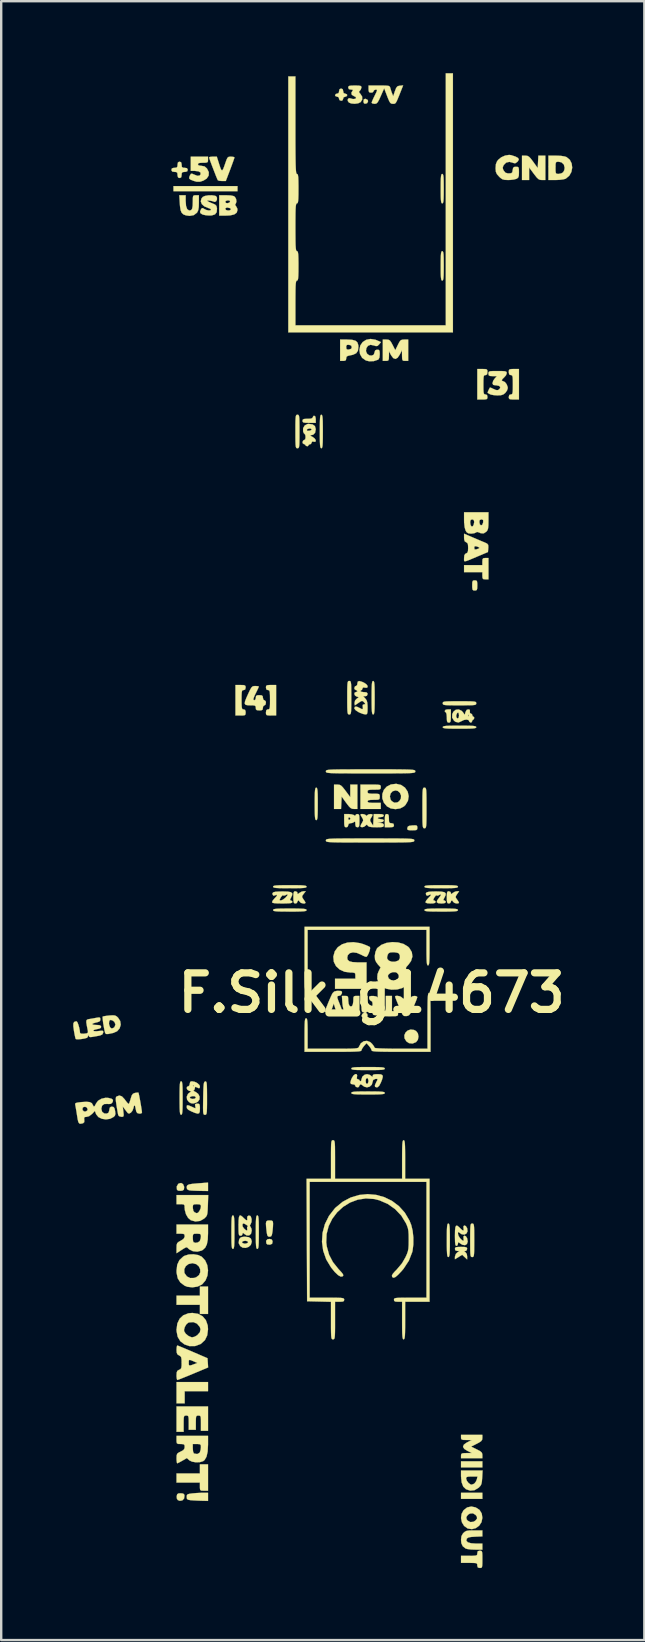
<source format=kicad_pcb>
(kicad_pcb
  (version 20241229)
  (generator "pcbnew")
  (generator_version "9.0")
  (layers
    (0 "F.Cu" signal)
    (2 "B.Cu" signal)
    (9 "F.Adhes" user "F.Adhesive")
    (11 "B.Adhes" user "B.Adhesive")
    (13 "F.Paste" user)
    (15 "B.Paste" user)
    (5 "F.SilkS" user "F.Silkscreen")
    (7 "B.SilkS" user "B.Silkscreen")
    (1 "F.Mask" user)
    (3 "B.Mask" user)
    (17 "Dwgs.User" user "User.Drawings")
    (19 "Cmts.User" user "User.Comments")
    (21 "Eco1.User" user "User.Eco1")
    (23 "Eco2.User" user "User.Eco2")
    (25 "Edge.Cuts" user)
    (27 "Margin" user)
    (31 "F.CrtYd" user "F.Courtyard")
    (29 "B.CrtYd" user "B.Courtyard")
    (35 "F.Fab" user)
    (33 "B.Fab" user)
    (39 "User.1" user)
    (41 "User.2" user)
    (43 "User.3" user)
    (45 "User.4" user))
  (footprint "F.Silk_g14673"
    (layer "F.Cu")
    (at 12.433 38.317)
    (property "Reference" "F.Silk_g14673" (at 0 0 0) (layer "F.SilkS") (effects (font (size 1.524 1.524) (thickness 0.3))))
    (attr through_hole)
    (fp_poly (pts (xy -5.588 -33.401) (xy -8.255 -33.401) (xy -8.255 -33.613) (xy -5.588 -33.613) (xy -5.588 -33.401)) (stroke (width 0.01) (type solid)) (fill yes) (layer "F.SilkS"))
    (fp_poly (pts (xy 4.614 19.77) (xy 3.725 19.77) (xy 3.725 19.516) (xy 4.614 19.516) (xy 4.614 19.77)) (stroke (width 0.01) (type solid)) (fill yes) (layer "F.SilkS"))
    (fp_poly (pts (xy 4.614 21.082) (xy 3.725 21.082) (xy 3.725 20.828) (xy 4.614 20.828) (xy 4.614 21.082)) (stroke (width 0.01) (type solid)) (fill yes) (layer "F.SilkS"))
    (fp_poly (pts (xy -6.816 16.595) (xy -7.789 16.595) (xy -7.789 17.103) (xy -8.128 17.103) (xy -8.128 16.214) (xy -6.816 16.214) (xy -6.816 16.595)) (stroke (width 0.01) (type solid)) (fill yes) (layer "F.SilkS"))
    (fp_poly (pts (xy -6.816 13.377) (xy -7.154 13.377) (xy -7.154 12.996) (xy -8.128 12.996) (xy -8.128 12.615) (xy -7.154 12.615) (xy -7.154 12.234) (xy -6.816 12.234) (xy -6.816 13.377)) (stroke (width 0.01) (type solid)) (fill yes) (layer "F.SilkS"))
    (fp_poly (pts (xy -0.243 -37.246) (xy -0.164 -37.204) (xy -0.148 -37.148) (xy -0.183 -37.072) (xy -0.243 -37.049) (xy -0.314 -37.055) (xy -0.338 -37.114) (xy -0.339 -37.148) (xy -0.326 -37.228) (xy -0.272 -37.249) (xy -0.243 -37.246)) (stroke (width 0.01) (type solid)) (fill yes) (layer "F.SilkS"))
    (fp_poly (pts (xy -4.157 10.279) (xy -4.128 10.348) (xy -4.128 10.372) (xy -4.146 10.453) (xy -4.218 10.487) (xy -4.244 10.491) (xy -4.349 10.479) (xy -4.386 10.438) (xy -4.396 10.33) (xy -4.338 10.264) (xy -4.244 10.252) (xy -4.157 10.279)) (stroke (width 0.01) (type solid)) (fill yes) (layer "F.SilkS"))
    (fp_poly (pts (xy -7.857 7.968) (xy -7.813 8.07) (xy -7.811 8.111) (xy -7.822 8.197) (xy -7.873 8.235) (xy -7.948 8.247) (xy -8.065 8.239) (xy -8.111 8.197) (xy -8.121 8.07) (xy -8.061 7.964) (xy -8.033 7.942) (xy -7.936 7.92) (xy -7.857 7.968)) (stroke (width 0.01) (type solid)) (fill yes) (layer "F.SilkS"))
    (fp_poly (pts (xy -7.855 20.859) (xy -7.808 20.9) (xy -7.797 20.947) (xy -7.813 21.068) (xy -7.885 21.145) (xy -7.991 21.163) (xy -8.078 21.13) (xy -8.116 21.064) (xy -8.121 20.972) (xy -8.101 20.889) (xy -8.049 20.855) (xy -7.959 20.849) (xy -7.855 20.859)) (stroke (width 0.01) (type solid)) (fill yes) (layer "F.SilkS"))
    (fp_poly (pts (xy -6.816 20.743) (xy -6.985 20.743) (xy -7.093 20.739) (xy -7.142 20.711) (xy -7.154 20.633) (xy -7.154 20.574) (xy -7.154 20.405) (xy -8.128 20.405) (xy -8.128 20.024) (xy -7.154 20.024) (xy -7.154 19.643) (xy -6.816 19.643) (xy -6.816 20.743)) (stroke (width 0.01) (type solid)) (fill yes) (layer "F.SilkS"))
    (fp_poly (pts (xy 1.766 1.544) (xy 1.853 1.59) (xy 1.928 1.688) (xy 1.952 1.82) (xy 1.928 1.953) (xy 1.853 2.051) (xy 1.705 2.111) (xy 1.557 2.094) (xy 1.447 2.019) (xy 1.37 1.891) (xy 1.364 1.763) (xy 1.414 1.651) (xy 1.506 1.567) (xy 1.629 1.527) (xy 1.766 1.544)) (stroke (width 0.01) (type solid)) (fill yes) (layer "F.SilkS"))
    (fp_poly (pts (xy 4.868 -17.23) (xy 4.741 -17.23) (xy 4.656 -17.238) (xy 4.621 -17.28) (xy 4.614 -17.378) (xy 4.614 -17.526) (xy 3.852 -17.526) (xy 3.852 -17.822) (xy 4.614 -17.822) (xy 4.614 -17.971) (xy 4.621 -18.07) (xy 4.657 -18.111) (xy 4.741 -18.119) (xy 4.868 -18.119) (xy 4.868 -17.23)) (stroke (width 0.01) (type solid)) (fill yes) (layer "F.SilkS"))
    (fp_poly (pts (xy -6.816 8.255) (xy -7.165 8.249) (xy -7.341 8.244) (xy -7.494 8.237) (xy -7.596 8.227) (xy -7.609 8.225) (xy -7.688 8.179) (xy -7.705 8.108) (xy -7.698 8.05) (xy -7.668 8.009) (xy -7.602 7.98) (xy -7.486 7.959) (xy -7.305 7.941) (xy -7.197 7.933) (xy -6.816 7.904) (xy -6.816 8.255)) (stroke (width 0.01) (type solid)) (fill yes) (layer "F.SilkS"))
    (fp_poly (pts (xy -6.816 21.167) (xy -7.101 21.16) (xy -7.277 21.153) (xy -7.444 21.144) (xy -7.546 21.136) (xy -7.651 21.117) (xy -7.695 21.078) (xy -7.705 21.001) (xy -7.698 20.931) (xy -7.665 20.892) (xy -7.584 20.869) (xy -7.482 20.855) (xy -7.297 20.839) (xy -7.099 20.829) (xy -7.038 20.828) (xy -6.816 20.828) (xy -6.816 21.167)) (stroke (width 0.01) (type solid)) (fill yes) (layer "F.SilkS"))
    (fp_poly (pts (xy 1.884 -6.967) (xy 1.903 -6.924) (xy 1.905 -6.881) (xy 1.899 -6.818) (xy 1.865 -6.786) (xy 1.782 -6.774) (xy 1.69 -6.773) (xy 1.564 -6.777) (xy 1.503 -6.793) (xy 1.486 -6.831) (xy 1.489 -6.869) (xy 1.51 -6.928) (xy 1.566 -6.96) (xy 1.68 -6.975) (xy 1.704 -6.977) (xy 1.825 -6.981) (xy 1.884 -6.967)) (stroke (width 0.01) (type solid)) (fill yes) (layer "F.SilkS"))
    (fp_poly (pts (xy 4.36 -17.18) (xy 4.391 -17.145) (xy 4.402 -17.061) (xy 4.403 -16.976) (xy 4.399 -16.85) (xy 4.382 -16.787) (xy 4.339 -16.766) (xy 4.297 -16.764) (xy 4.234 -16.771) (xy 4.203 -16.806) (xy 4.192 -16.891) (xy 4.191 -16.976) (xy 4.194 -17.101) (xy 4.212 -17.164) (xy 4.254 -17.185) (xy 4.297 -17.187) (xy 4.36 -17.18)) (stroke (width 0.01) (type solid)) (fill yes) (layer "F.SilkS"))
    (fp_poly (pts (xy 3.302 -11.536) (xy 3.299 -11.387) (xy 3.288 -11.304) (xy 3.261 -11.268) (xy 3.217 -11.261) (xy 3.167 -11.272) (xy 3.141 -11.319) (xy 3.133 -11.423) (xy 3.133 -11.472) (xy 3.125 -11.593) (xy 3.106 -11.67) (xy 3.09 -11.684) (xy 3.053 -11.718) (xy 3.048 -11.748) (xy 3.086 -11.798) (xy 3.175 -11.811) (xy 3.302 -11.811) (xy 3.302 -11.536)) (stroke (width 0.01) (type solid)) (fill yes) (layer "F.SilkS"))
    (fp_poly (pts (xy -2.345 -24.013) (xy -2.328 -23.911) (xy -2.328 -23.897) (xy -2.328 -23.749) (xy -2.603 -23.749) (xy -2.752 -23.752) (xy -2.835 -23.763) (xy -2.871 -23.79) (xy -2.879 -23.834) (xy -2.868 -23.884) (xy -2.82 -23.91) (xy -2.716 -23.918) (xy -2.667 -23.918) (xy -2.534 -23.925) (xy -2.469 -23.949) (xy -2.455 -23.982) (xy -2.421 -24.038) (xy -2.392 -24.045) (xy -2.345 -24.013)) (stroke (width 0.01) (type solid)) (fill yes) (layer "F.SilkS"))
    (fp_poly (pts (xy 0.688 -7.438) (xy 0.713 -7.386) (xy 0.72 -7.274) (xy 0.72 -7.26) (xy 0.724 -7.143) (xy 0.746 -7.087) (xy 0.797 -7.07) (xy 0.826 -7.07) (xy 0.908 -7.05) (xy 0.931 -6.985) (xy 0.919 -6.932) (xy 0.867 -6.907) (xy 0.755 -6.9) (xy 0.741 -6.9) (xy 0.55 -6.9) (xy 0.55 -7.176) (xy 0.553 -7.324) (xy 0.565 -7.407) (xy 0.591 -7.443) (xy 0.635 -7.451) (xy 0.688 -7.438)) (stroke (width 0.01) (type solid)) (fill yes) (layer "F.SilkS"))
    (fp_poly (pts (xy -4.155 9.489) (xy -4.114 9.526) (xy -4.106 9.617) (xy -4.106 9.625) (xy -4.112 9.759) (xy -4.127 9.918) (xy -4.133 9.964) (xy -4.156 10.085) (xy -4.189 10.144) (xy -4.246 10.16) (xy -4.254 10.16) (xy -4.311 10.149) (xy -4.345 10.103) (xy -4.367 10.002) (xy -4.375 9.938) (xy -4.397 9.738) (xy -4.404 9.607) (xy -4.391 9.531) (xy -4.354 9.494) (xy -4.29 9.483) (xy -4.255 9.483) (xy -4.155 9.489)) (stroke (width 0.01) (type solid)) (fill yes) (layer "F.SilkS"))
    (fp_poly (pts (xy -1.342 -8.671) (xy -1.274 -8.638) (xy -1.2 -8.565) (xy -1.1 -8.438) (xy -1.084 -8.416) (xy -0.889 -8.154) (xy -0.889 -8.678) (xy -0.593 -8.678) (xy -0.593 -7.662) (xy -0.733 -7.662) (xy -0.813 -7.67) (xy -0.88 -7.705) (xy -0.954 -7.78) (xy -1.054 -7.911) (xy -1.062 -7.921) (xy -1.249 -8.18) (xy -1.261 -7.921) (xy -1.274 -7.662) (xy -1.566 -7.662) (xy -1.566 -8.678) (xy -1.422 -8.678) (xy -1.342 -8.671)) (stroke (width 0.01) (type solid)) (fill yes) (layer "F.SilkS"))
    (fp_poly (pts (xy 6.485 -34.875) (xy 6.553 -34.84) (xy 6.627 -34.765) (xy 6.727 -34.634) (xy 6.734 -34.624) (xy 6.921 -34.365) (xy 6.934 -34.624) (xy 6.947 -34.883) (xy 7.239 -34.883) (xy 7.239 -33.867) (xy 7.095 -33.867) (xy 7.015 -33.874) (xy 6.947 -33.907) (xy 6.872 -33.98) (xy 6.773 -34.107) (xy 6.756 -34.129) (xy 6.562 -34.391) (xy 6.562 -33.867) (xy 6.265 -33.867) (xy 6.265 -34.883) (xy 6.406 -34.883) (xy 6.485 -34.875)) (stroke (width 0.01) (type solid)) (fill yes) (layer "F.SilkS"))
    (fp_poly (pts (xy -7.199 4.621) (xy -7.167 4.654) (xy -7.155 4.736) (xy -7.154 4.826) (xy -7.16 4.949) (xy -7.188 5.016) (xy -7.251 5.031) (xy -7.364 4.999) (xy -7.504 4.941) (xy -7.63 4.876) (xy -7.691 4.815) (xy -7.705 4.756) (xy -7.695 4.689) (xy -7.651 4.682) (xy -7.596 4.7) (xy -7.48 4.749) (xy -7.404 4.786) (xy -7.346 4.809) (xy -7.336 4.776) (xy -7.348 4.722) (xy -7.357 4.643) (xy -7.314 4.617) (xy -7.265 4.614) (xy -7.199 4.621)) (stroke (width 0.01) (type solid)) (fill yes) (layer "F.SilkS"))
    (fp_poly (pts (xy -7.914 3.694) (xy -7.896 3.735) (xy -7.885 3.817) (xy -7.878 3.951) (xy -7.875 4.148) (xy -7.874 4.381) (xy -7.875 4.644) (xy -7.879 4.833) (xy -7.886 4.959) (xy -7.898 5.035) (xy -7.916 5.072) (xy -7.938 5.08) (xy -7.961 5.069) (xy -7.979 5.028) (xy -7.99 4.946) (xy -7.997 4.812) (xy -8 4.615) (xy -8.001 4.381) (xy -8 4.119) (xy -7.996 3.93) (xy -7.989 3.804) (xy -7.977 3.728) (xy -7.959 3.691) (xy -7.938 3.683) (xy -7.914 3.694)) (stroke (width 0.01) (type solid)) (fill yes) (layer "F.SilkS"))
    (fp_poly (pts (xy -5.755 9.282) (xy -5.737 9.323) (xy -5.726 9.405) (xy -5.719 9.539) (xy -5.716 9.736) (xy -5.715 9.97) (xy -5.716 10.232) (xy -5.72 10.421) (xy -5.727 10.547) (xy -5.739 10.623) (xy -5.757 10.66) (xy -5.779 10.668) (xy -5.802 10.657) (xy -5.82 10.616) (xy -5.831 10.534) (xy -5.838 10.4) (xy -5.841 10.203) (xy -5.842 9.97) (xy -5.841 9.707) (xy -5.837 9.518) (xy -5.83 9.392) (xy -5.818 9.316) (xy -5.8 9.279) (xy -5.779 9.271) (xy -5.755 9.282)) (stroke (width 0.01) (type solid)) (fill yes) (layer "F.SilkS"))
    (fp_poly (pts (xy -4.739 9.282) (xy -4.721 9.323) (xy -4.71 9.405) (xy -4.703 9.539) (xy -4.7 9.736) (xy -4.699 9.97) (xy -4.7 10.232) (xy -4.704 10.421) (xy -4.711 10.547) (xy -4.723 10.623) (xy -4.741 10.66) (xy -4.763 10.668) (xy -4.786 10.657) (xy -4.804 10.616) (xy -4.815 10.534) (xy -4.822 10.4) (xy -4.825 10.203) (xy -4.826 9.97) (xy -4.825 9.707) (xy -4.821 9.518) (xy -4.814 9.392) (xy -4.802 9.316) (xy -4.784 9.279) (xy -4.763 9.271) (xy -4.739 9.282)) (stroke (width 0.01) (type solid)) (fill yes) (layer "F.SilkS"))
    (fp_poly (pts (xy -3.146 -4.486) (xy -2.957 -4.483) (xy -2.83 -4.475) (xy -2.754 -4.463) (xy -2.718 -4.445) (xy -2.709 -4.424) (xy -2.72 -4.4) (xy -2.761 -4.383) (xy -2.843 -4.371) (xy -2.977 -4.364) (xy -3.174 -4.361) (xy -3.408 -4.36) (xy -3.67 -4.361) (xy -3.859 -4.365) (xy -3.986 -4.372) (xy -4.062 -4.385) (xy -4.098 -4.403) (xy -4.106 -4.424) (xy -4.095 -4.448) (xy -4.054 -4.465) (xy -3.973 -4.476) (xy -3.839 -4.483) (xy -3.641 -4.487) (xy -3.408 -4.487) (xy -3.146 -4.486)) (stroke (width 0.01) (type solid)) (fill yes) (layer "F.SilkS"))
    (fp_poly (pts (xy -3.146 -3.513) (xy -2.957 -3.509) (xy -2.83 -3.502) (xy -2.754 -3.489) (xy -2.718 -3.471) (xy -2.709 -3.45) (xy -2.72 -3.426) (xy -2.761 -3.409) (xy -2.843 -3.398) (xy -2.977 -3.391) (xy -3.174 -3.387) (xy -3.408 -3.387) (xy -3.67 -3.388) (xy -3.859 -3.391) (xy -3.986 -3.399) (xy -4.062 -3.411) (xy -4.098 -3.429) (xy -4.106 -3.45) (xy -4.095 -3.474) (xy -4.054 -3.491) (xy -3.973 -3.503) (xy -3.839 -3.51) (xy -3.641 -3.513) (xy -3.408 -3.514) (xy -3.146 -3.513)) (stroke (width 0.01) (type solid)) (fill yes) (layer "F.SilkS"))
    (fp_poly (pts (xy -2.283 -8.54) (xy -2.266 -8.499) (xy -2.254 -8.416) (xy -2.247 -8.28) (xy -2.244 -8.08) (xy -2.244 -7.874) (xy -2.245 -7.616) (xy -2.249 -7.432) (xy -2.256 -7.309) (xy -2.269 -7.237) (xy -2.288 -7.203) (xy -2.307 -7.197) (xy -2.331 -7.208) (xy -2.349 -7.249) (xy -2.36 -7.332) (xy -2.367 -7.468) (xy -2.37 -7.668) (xy -2.371 -7.874) (xy -2.37 -8.132) (xy -2.366 -8.316) (xy -2.358 -8.439) (xy -2.345 -8.511) (xy -2.327 -8.545) (xy -2.307 -8.551) (xy -2.283 -8.54)) (stroke (width 0.01) (type solid)) (fill yes) (layer "F.SilkS"))
    (fp_poly (pts (xy -2.072 -24.077) (xy -2.054 -24.036) (xy -2.043 -23.954) (xy -2.036 -23.82) (xy -2.033 -23.623) (xy -2.032 -23.389) (xy -2.033 -23.127) (xy -2.037 -22.938) (xy -2.044 -22.811) (xy -2.056 -22.735) (xy -2.074 -22.699) (xy -2.095 -22.691) (xy -2.119 -22.702) (xy -2.137 -22.743) (xy -2.148 -22.824) (xy -2.155 -22.958) (xy -2.158 -23.156) (xy -2.159 -23.389) (xy -2.158 -23.651) (xy -2.154 -23.84) (xy -2.147 -23.967) (xy -2.135 -24.043) (xy -2.117 -24.079) (xy -2.095 -24.088) (xy -2.072 -24.077)) (stroke (width 0.01) (type solid)) (fill yes) (layer "F.SilkS"))
    (fp_poly (pts (xy -1.204 -37.652) (xy -1.185 -37.571) (xy -1.165 -37.488) (xy -1.101 -37.465) (xy -1.032 -37.439) (xy -1.016 -37.401) (xy -1.051 -37.35) (xy -1.101 -37.338) (xy -1.171 -37.308) (xy -1.185 -37.253) (xy -1.215 -37.183) (xy -1.27 -37.169) (xy -1.341 -37.199) (xy -1.355 -37.253) (xy -1.385 -37.324) (xy -1.439 -37.338) (xy -1.508 -37.364) (xy -1.524 -37.401) (xy -1.489 -37.453) (xy -1.439 -37.465) (xy -1.373 -37.49) (xy -1.355 -37.571) (xy -1.335 -37.654) (xy -1.27 -37.677) (xy -1.204 -37.652)) (stroke (width 0.01) (type solid)) (fill yes) (layer "F.SilkS"))
    (fp_poly (pts (xy 0.087 -12.985) (xy 0.105 -12.944) (xy 0.116 -12.863) (xy 0.123 -12.729) (xy 0.126 -12.531) (xy 0.127 -12.298) (xy 0.126 -12.036) (xy 0.122 -11.847) (xy 0.115 -11.72) (xy 0.103 -11.644) (xy 0.085 -11.608) (xy 0.064 -11.599) (xy 0.04 -11.61) (xy 0.022 -11.651) (xy 0.011 -11.733) (xy 0.004 -11.867) (xy 0.001 -12.064) (xy 0 -12.298) (xy 0.001 -12.56) (xy 0.005 -12.749) (xy 0.012 -12.876) (xy 0.024 -12.952) (xy 0.042 -12.988) (xy 0.064 -12.996) (xy 0.087 -12.985)) (stroke (width 0.01) (type solid)) (fill yes) (layer "F.SilkS"))
    (fp_poly (pts (xy 0.114 3.091) (xy 0.303 3.095) (xy 0.43 3.102) (xy 0.506 3.115) (xy 0.542 3.133) (xy 0.55 3.154) (xy 0.539 3.178) (xy 0.498 3.195) (xy 0.417 3.206) (xy 0.283 3.213) (xy 0.085 3.217) (xy -0.148 3.217) (xy -0.41 3.216) (xy -0.599 3.213) (xy -0.726 3.205) (xy -0.802 3.193) (xy -0.838 3.175) (xy -0.847 3.154) (xy -0.836 3.13) (xy -0.795 3.113) (xy -0.713 3.101) (xy -0.579 3.094) (xy -0.382 3.091) (xy -0.148 3.09) (xy 0.114 3.091)) (stroke (width 0.01) (type solid)) (fill yes) (layer "F.SilkS"))
    (fp_poly (pts (xy 0.114 4.107) (xy 0.303 4.111) (xy 0.43 4.118) (xy 0.506 4.131) (xy 0.542 4.149) (xy 0.55 4.17) (xy 0.539 4.194) (xy 0.498 4.211) (xy 0.417 4.222) (xy 0.283 4.229) (xy 0.085 4.233) (xy -0.148 4.233) (xy -0.41 4.232) (xy -0.599 4.229) (xy -0.726 4.221) (xy -0.802 4.209) (xy -0.838 4.191) (xy -0.847 4.17) (xy -0.836 4.146) (xy -0.795 4.129) (xy -0.713 4.117) (xy -0.579 4.11) (xy -0.382 4.107) (xy -0.148 4.106) (xy 0.114 4.107)) (stroke (width 0.01) (type solid)) (fill yes) (layer "F.SilkS"))
    (fp_poly (pts (xy 2.967 -34.109) (xy 2.985 -34.066) (xy 2.997 -33.98) (xy 3.003 -33.838) (xy 3.005 -33.629) (xy 3.006 -33.507) (xy 3.004 -33.263) (xy 3 -33.092) (xy 2.991 -32.982) (xy 2.976 -32.92) (xy 2.955 -32.895) (xy 2.942 -32.893) (xy 2.917 -32.905) (xy 2.899 -32.948) (xy 2.888 -33.034) (xy 2.881 -33.176) (xy 2.879 -33.384) (xy 2.879 -33.507) (xy 2.88 -33.751) (xy 2.884 -33.922) (xy 2.893 -34.032) (xy 2.908 -34.094) (xy 2.929 -34.118) (xy 2.942 -34.121) (xy 2.967 -34.109)) (stroke (width 0.01) (type solid)) (fill yes) (layer "F.SilkS"))
    (fp_poly (pts (xy 2.967 -30.892) (xy 2.985 -30.849) (xy 2.997 -30.762) (xy 3.003 -30.621) (xy 3.005 -30.412) (xy 3.006 -30.29) (xy 3.004 -30.046) (xy 3 -29.875) (xy 2.991 -29.764) (xy 2.976 -29.703) (xy 2.955 -29.678) (xy 2.942 -29.676) (xy 2.917 -29.687) (xy 2.899 -29.73) (xy 2.888 -29.817) (xy 2.881 -29.958) (xy 2.879 -30.167) (xy 2.879 -30.29) (xy 2.88 -30.533) (xy 2.884 -30.704) (xy 2.893 -30.815) (xy 2.908 -30.876) (xy 2.929 -30.901) (xy 2.942 -30.903) (xy 2.967 -30.892)) (stroke (width 0.01) (type solid)) (fill yes) (layer "F.SilkS"))
    (fp_poly (pts (xy 3.162 -4.486) (xy 3.351 -4.483) (xy 3.478 -4.475) (xy 3.554 -4.463) (xy 3.59 -4.445) (xy 3.598 -4.424) (xy 3.587 -4.4) (xy 3.546 -4.383) (xy 3.465 -4.371) (xy 3.331 -4.364) (xy 3.133 -4.361) (xy 2.9 -4.36) (xy 2.638 -4.361) (xy 2.449 -4.365) (xy 2.322 -4.372) (xy 2.246 -4.385) (xy 2.21 -4.403) (xy 2.201 -4.424) (xy 2.212 -4.448) (xy 2.253 -4.465) (xy 2.335 -4.476) (xy 2.469 -4.483) (xy 2.666 -4.487) (xy 2.9 -4.487) (xy 3.162 -4.486)) (stroke (width 0.01) (type solid)) (fill yes) (layer "F.SilkS"))
    (fp_poly (pts (xy 3.162 -3.513) (xy 3.351 -3.509) (xy 3.478 -3.502) (xy 3.554 -3.489) (xy 3.59 -3.471) (xy 3.598 -3.45) (xy 3.587 -3.426) (xy 3.546 -3.409) (xy 3.465 -3.398) (xy 3.331 -3.391) (xy 3.133 -3.387) (xy 2.9 -3.387) (xy 2.638 -3.388) (xy 2.449 -3.391) (xy 2.322 -3.399) (xy 2.246 -3.411) (xy 2.21 -3.429) (xy 2.201 -3.45) (xy 2.212 -3.474) (xy 2.253 -3.491) (xy 2.335 -3.503) (xy 2.469 -3.51) (xy 2.666 -3.513) (xy 2.9 -3.514) (xy 3.162 -3.513)) (stroke (width 0.01) (type solid)) (fill yes) (layer "F.SilkS"))
    (fp_poly (pts (xy 3.22 9.621) (xy 3.237 9.662) (xy 3.249 9.743) (xy 3.256 9.877) (xy 3.259 10.075) (xy 3.26 10.308) (xy 3.259 10.57) (xy 3.255 10.759) (xy 3.248 10.886) (xy 3.235 10.962) (xy 3.217 10.998) (xy 3.196 11.007) (xy 3.172 10.996) (xy 3.155 10.955) (xy 3.144 10.873) (xy 3.137 10.739) (xy 3.133 10.542) (xy 3.133 10.308) (xy 3.134 10.046) (xy 3.137 9.857) (xy 3.145 9.73) (xy 3.157 9.654) (xy 3.175 9.618) (xy 3.196 9.61) (xy 3.22 9.621)) (stroke (width 0.01) (type solid)) (fill yes) (layer "F.SilkS"))
    (fp_poly (pts (xy 3.924 -11.133) (xy 4.113 -11.129) (xy 4.24 -11.122) (xy 4.316 -11.109) (xy 4.352 -11.091) (xy 4.36 -11.07) (xy 4.349 -11.046) (xy 4.308 -11.029) (xy 4.227 -11.018) (xy 4.093 -11.011) (xy 3.895 -11.007) (xy 3.662 -11.007) (xy 3.4 -11.008) (xy 3.211 -11.011) (xy 3.084 -11.019) (xy 3.008 -11.031) (xy 2.972 -11.049) (xy 2.963 -11.07) (xy 2.974 -11.094) (xy 3.015 -11.111) (xy 3.097 -11.123) (xy 3.231 -11.13) (xy 3.428 -11.133) (xy 3.662 -11.134) (xy 3.924 -11.133)) (stroke (width 0.01) (type solid)) (fill yes) (layer "F.SilkS"))
    (fp_poly (pts (xy 0.847 0.762) (xy 0.974 0.762) (xy 1.064 0.773) (xy 1.098 0.822) (xy 1.101 0.868) (xy 1.097 0.919) (xy 1.076 0.95) (xy 1.021 0.967) (xy 0.914 0.973) (xy 0.741 0.974) (xy 0.567 0.973) (xy 0.46 0.966) (xy 0.405 0.95) (xy 0.384 0.919) (xy 0.381 0.868) (xy 0.398 0.787) (xy 0.467 0.762) (xy 0.487 0.762) (xy 0.541 0.758) (xy 0.572 0.734) (xy 0.587 0.673) (xy 0.592 0.556) (xy 0.593 0.445) (xy 0.593 0.127) (xy 0.847 0.127) (xy 0.847 0.762)) (stroke (width 0.01) (type solid)) (fill yes) (layer "F.SilkS"))
    (fp_poly (pts (xy -5.335 -12.824) (xy -5.273 -12.806) (xy -5.251 -12.764) (xy -5.249 -12.721) (xy -5.269 -12.638) (xy -5.334 -12.615) (xy -5.373 -12.609) (xy -5.398 -12.581) (xy -5.412 -12.514) (xy -5.418 -12.393) (xy -5.419 -12.213) (xy -5.417 -12.026) (xy -5.411 -11.908) (xy -5.397 -11.844) (xy -5.372 -11.816) (xy -5.334 -11.811) (xy -5.272 -11.791) (xy -5.25 -11.717) (xy -5.249 -11.684) (xy -5.254 -11.609) (xy -5.282 -11.571) (xy -5.356 -11.558) (xy -5.461 -11.557) (xy -5.673 -11.557) (xy -5.673 -12.827) (xy -5.461 -12.827) (xy -5.335 -12.824)) (stroke (width 0.01) (type solid)) (fill yes) (layer "F.SilkS"))
    (fp_poly (pts (xy -3.979 -11.557) (xy -4.191 -11.557) (xy -4.316 -11.56) (xy -4.379 -11.577) (xy -4.4 -11.621) (xy -4.403 -11.684) (xy -4.389 -11.777) (xy -4.34 -11.81) (xy -4.318 -11.811) (xy -4.279 -11.817) (xy -4.254 -11.846) (xy -4.24 -11.913) (xy -4.234 -12.034) (xy -4.233 -12.213) (xy -4.235 -12.4) (xy -4.241 -12.518) (xy -4.255 -12.583) (xy -4.28 -12.61) (xy -4.318 -12.615) (xy -4.384 -12.64) (xy -4.403 -12.721) (xy -4.396 -12.784) (xy -4.361 -12.815) (xy -4.276 -12.826) (xy -4.191 -12.827) (xy -3.979 -12.827) (xy -3.979 -11.557)) (stroke (width 0.01) (type solid)) (fill yes) (layer "F.SilkS"))
    (fp_poly (pts (xy -1.024 0.132) (xy -0.985 0.164) (xy -0.974 0.245) (xy -0.974 0.312) (xy -0.958 0.454) (xy -0.917 0.544) (xy -0.859 0.569) (xy -0.812 0.541) (xy -0.781 0.47) (xy -0.763 0.352) (xy -0.762 0.309) (xy -0.758 0.195) (xy -0.734 0.143) (xy -0.676 0.128) (xy -0.635 0.127) (xy -0.508 0.127) (xy -0.508 0.797) (xy -0.802 0.797) (xy -0.985 0.79) (xy -1.098 0.767) (xy -1.15 0.733) (xy -1.18 0.658) (xy -1.206 0.529) (xy -1.22 0.398) (xy -1.238 0.127) (xy -1.106 0.127) (xy -1.024 0.132)) (stroke (width 0.01) (type solid)) (fill yes) (layer "F.SilkS"))
    (fp_poly (pts (xy -0.169 0.462) (xy -0.176 0.66) (xy -0.195 0.778) (xy -0.222 0.819) (xy -0.253 0.838) (xy -0.222 0.843) (xy -0.18 0.879) (xy -0.171 0.955) (xy -0.193 1.033) (xy -0.236 1.075) (xy -0.302 1.097) (xy -0.339 1.083) (xy -0.373 1.05) (xy -0.421 0.96) (xy -0.386 0.878) (xy -0.349 0.85) (xy -0.298 0.816) (xy -0.32 0.806) (xy -0.349 0.806) (xy -0.386 0.795) (xy -0.409 0.752) (xy -0.42 0.661) (xy -0.423 0.506) (xy -0.423 0.466) (xy -0.423 0.127) (xy -0.169 0.127) (xy -0.169 0.462)) (stroke (width 0.01) (type solid)) (fill yes) (layer "F.SilkS"))
    (fp_poly (pts (xy 3.867 10.586) (xy 3.944 10.6) (xy 3.975 10.63) (xy 3.979 10.668) (xy 3.949 10.74) (xy 3.905 10.754) (xy 3.854 10.759) (xy 3.876 10.781) (xy 3.905 10.798) (xy 3.964 10.877) (xy 3.979 10.974) (xy 3.979 11.106) (xy 3.876 11.009) (xy 3.773 10.912) (xy 3.471 11.098) (xy 3.471 10.991) (xy 3.508 10.879) (xy 3.565 10.819) (xy 3.66 10.753) (xy 3.565 10.753) (xy 3.489 10.728) (xy 3.471 10.668) (xy 3.481 10.621) (xy 3.521 10.595) (xy 3.613 10.585) (xy 3.725 10.583) (xy 3.867 10.586)) (stroke (width 0.01) (type solid)) (fill yes) (layer "F.SilkS"))
    (fp_poly (pts (xy 4.74 -25.99) (xy 4.802 -25.973) (xy 4.824 -25.928) (xy 4.826 -25.866) (xy 4.813 -25.773) (xy 4.763 -25.74) (xy 4.741 -25.739) (xy 4.702 -25.733) (xy 4.677 -25.704) (xy 4.664 -25.637) (xy 4.658 -25.516) (xy 4.657 -25.337) (xy 4.658 -25.15) (xy 4.664 -25.032) (xy 4.678 -24.967) (xy 4.704 -24.94) (xy 4.741 -24.934) (xy 4.808 -24.91) (xy 4.826 -24.828) (xy 4.819 -24.766) (xy 4.784 -24.734) (xy 4.699 -24.724) (xy 4.614 -24.723) (xy 4.403 -24.723) (xy 4.403 -25.993) (xy 4.614 -25.993) (xy 4.74 -25.99)) (stroke (width 0.01) (type solid)) (fill yes) (layer "F.SilkS"))
    (fp_poly (pts (xy 6.138 -24.723) (xy 5.927 -24.723) (xy 5.801 -24.726) (xy 5.738 -24.744) (xy 5.717 -24.786) (xy 5.715 -24.828) (xy 5.735 -24.911) (xy 5.8 -24.934) (xy 5.839 -24.94) (xy 5.864 -24.969) (xy 5.877 -25.036) (xy 5.883 -25.157) (xy 5.884 -25.337) (xy 5.883 -25.523) (xy 5.877 -25.641) (xy 5.863 -25.706) (xy 5.837 -25.733) (xy 5.8 -25.739) (xy 5.738 -25.759) (xy 5.716 -25.833) (xy 5.715 -25.866) (xy 5.72 -25.941) (xy 5.748 -25.978) (xy 5.822 -25.991) (xy 5.927 -25.993) (xy 6.138 -25.993) (xy 6.138 -24.723)) (stroke (width 0.01) (type solid)) (fill yes) (layer "F.SilkS"))
    (fp_poly (pts (xy -6.905 3.692) (xy -6.885 3.714) (xy -6.872 3.769) (xy -6.864 3.868) (xy -6.86 4.024) (xy -6.858 4.247) (xy -6.858 4.378) (xy -6.858 4.637) (xy -6.861 4.822) (xy -6.866 4.947) (xy -6.877 5.024) (xy -6.894 5.063) (xy -6.918 5.078) (xy -6.944 5.08) (xy -6.975 5.077) (xy -6.998 5.058) (xy -7.012 5.013) (xy -7.02 4.928) (xy -7.023 4.792) (xy -7.021 4.593) (xy -7.018 4.393) (xy -7.013 4.135) (xy -7.006 3.95) (xy -6.997 3.825) (xy -6.984 3.749) (xy -6.965 3.709) (xy -6.938 3.692) (xy -6.932 3.691) (xy -6.905 3.692)) (stroke (width 0.01) (type solid)) (fill yes) (layer "F.SilkS"))
    (fp_poly (pts (xy -3.059 -24.084) (xy -3.037 -24.064) (xy -3.022 -24.017) (xy -3.012 -23.93) (xy -3.008 -23.791) (xy -3.006 -23.589) (xy -3.006 -23.389) (xy -3.006 -23.131) (xy -3.009 -22.946) (xy -3.014 -22.822) (xy -3.025 -22.746) (xy -3.042 -22.707) (xy -3.066 -22.693) (xy -3.09 -22.691) (xy -3.122 -22.695) (xy -3.144 -22.714) (xy -3.159 -22.761) (xy -3.168 -22.848) (xy -3.173 -22.987) (xy -3.175 -23.19) (xy -3.175 -23.389) (xy -3.175 -23.647) (xy -3.172 -23.832) (xy -3.166 -23.956) (xy -3.156 -24.032) (xy -3.139 -24.071) (xy -3.115 -24.086) (xy -3.09 -24.088) (xy -3.059 -24.084)) (stroke (width 0.01) (type solid)) (fill yes) (layer "F.SilkS"))
    (fp_poly (pts (xy -0.9 -12.992) (xy -0.878 -12.973) (xy -0.863 -12.926) (xy -0.853 -12.839) (xy -0.849 -12.7) (xy -0.847 -12.497) (xy -0.847 -12.298) (xy -0.847 -12.04) (xy -0.85 -11.855) (xy -0.855 -11.731) (xy -0.866 -11.655) (xy -0.883 -11.616) (xy -0.907 -11.601) (xy -0.931 -11.599) (xy -0.963 -11.603) (xy -0.985 -11.623) (xy -1 -11.67) (xy -1.009 -11.757) (xy -1.014 -11.896) (xy -1.016 -12.098) (xy -1.016 -12.298) (xy -1.016 -12.556) (xy -1.013 -12.741) (xy -1.007 -12.865) (xy -0.997 -12.941) (xy -0.98 -12.98) (xy -0.956 -12.994) (xy -0.931 -12.996) (xy -0.9 -12.992)) (stroke (width 0.01) (type solid)) (fill yes) (layer "F.SilkS"))
    (fp_poly (pts (xy 3.92 -12.149) (xy 4.105 -12.147) (xy 4.229 -12.141) (xy 4.305 -12.131) (xy 4.344 -12.114) (xy 4.358 -12.089) (xy 4.36 -12.065) (xy 4.356 -12.034) (xy 4.337 -12.011) (xy 4.29 -11.996) (xy 4.203 -11.987) (xy 4.064 -11.982) (xy 3.861 -11.981) (xy 3.662 -11.98) (xy 3.404 -11.981) (xy 3.219 -11.983) (xy 3.095 -11.989) (xy 3.019 -11.999) (xy 2.98 -12.016) (xy 2.965 -12.041) (xy 2.963 -12.065) (xy 2.967 -12.096) (xy 2.987 -12.119) (xy 3.034 -12.134) (xy 3.121 -12.143) (xy 3.26 -12.148) (xy 3.462 -12.149) (xy 3.662 -12.15) (xy 3.92 -12.149)) (stroke (width 0.01) (type solid)) (fill yes) (layer "F.SilkS"))
    (fp_poly (pts (xy 4.222 9.614) (xy 4.245 9.633) (xy 4.26 9.68) (xy 4.269 9.767) (xy 4.274 9.906) (xy 4.275 10.109) (xy 4.276 10.308) (xy 4.275 10.566) (xy 4.273 10.751) (xy 4.267 10.875) (xy 4.257 10.951) (xy 4.24 10.99) (xy 4.215 11.005) (xy 4.191 11.007) (xy 4.16 11.003) (xy 4.137 10.983) (xy 4.122 10.936) (xy 4.113 10.849) (xy 4.108 10.71) (xy 4.107 10.508) (xy 4.106 10.308) (xy 4.107 10.05) (xy 4.109 9.865) (xy 4.115 9.741) (xy 4.125 9.665) (xy 4.142 9.626) (xy 4.167 9.612) (xy 4.191 9.61) (xy 4.222 9.614)) (stroke (width 0.01) (type solid)) (fill yes) (layer "F.SilkS"))
    (fp_poly (pts (xy -5.12 10.178) (xy -5.03 10.236) (xy -4.996 10.344) (xy -4.995 10.374) (xy -5.031 10.496) (xy -5.123 10.583) (xy -5.245 10.625) (xy -5.373 10.615) (xy -5.476 10.548) (xy -5.54 10.424) (xy -5.534 10.381) (xy -5.401 10.381) (xy -5.382 10.42) (xy -5.366 10.428) (xy -5.279 10.452) (xy -5.196 10.433) (xy -5.19 10.431) (xy -5.143 10.392) (xy -5.165 10.353) (xy -5.244 10.33) (xy -5.271 10.329) (xy -5.358 10.345) (xy -5.401 10.381) (xy -5.534 10.381) (xy -5.522 10.284) (xy -5.502 10.242) (xy -5.445 10.185) (xy -5.339 10.162) (xy -5.277 10.16) (xy -5.12 10.178)) (stroke (width 0.01) (type solid)) (fill yes) (layer "F.SilkS"))
    (fp_poly (pts (xy 4.56 23.244) (xy 4.591 23.265) (xy 4.607 23.321) (xy 4.613 23.428) (xy 4.614 23.601) (xy 4.613 23.775) (xy 4.607 23.881) (xy 4.591 23.937) (xy 4.559 23.957) (xy 4.508 23.961) (xy 4.428 23.943) (xy 4.403 23.874) (xy 4.403 23.855) (xy 4.399 23.802) (xy 4.377 23.771) (xy 4.318 23.755) (xy 4.207 23.75) (xy 4.064 23.749) (xy 3.725 23.749) (xy 3.725 23.453) (xy 4.064 23.453) (xy 4.232 23.452) (xy 4.333 23.445) (xy 4.383 23.426) (xy 4.401 23.391) (xy 4.403 23.347) (xy 4.42 23.266) (xy 4.489 23.241) (xy 4.508 23.241) (xy 4.56 23.244)) (stroke (width 0.01) (type solid)) (fill yes) (layer "F.SilkS"))
    (fp_poly (pts (xy 4.614 22.645) (xy 4.312 22.657) (xy 4.141 22.669) (xy 4.036 22.69) (xy 3.977 22.727) (xy 3.963 22.746) (xy 3.947 22.829) (xy 4.009 22.891) (xy 4.143 22.931) (xy 4.346 22.945) (xy 4.614 22.945) (xy 4.614 23.199) (xy 4.307 23.197) (xy 4.143 23.191) (xy 4.003 23.174) (xy 3.917 23.151) (xy 3.916 23.15) (xy 3.798 23.057) (xy 3.738 22.93) (xy 3.725 22.786) (xy 3.742 22.636) (xy 3.803 22.527) (xy 3.829 22.498) (xy 3.891 22.446) (xy 3.96 22.414) (xy 4.061 22.399) (xy 4.216 22.394) (xy 4.274 22.394) (xy 4.614 22.394) (xy 4.614 22.645)) (stroke (width 0.01) (type solid)) (fill yes) (layer "F.SilkS"))
    (fp_poly (pts (xy -7.747 -32.996) (xy -7.732 -32.788) (xy -7.686 -32.656) (xy -7.608 -32.599) (xy -7.581 -32.597) (xy -7.517 -32.614) (xy -7.477 -32.675) (xy -7.456 -32.793) (xy -7.451 -32.981) (xy -7.449 -33.121) (xy -7.437 -33.195) (xy -7.405 -33.226) (xy -7.341 -33.232) (xy -7.324 -33.232) (xy -7.197 -33.232) (xy -7.197 -32.92) (xy -7.202 -32.738) (xy -7.222 -32.616) (xy -7.26 -32.53) (xy -7.281 -32.501) (xy -7.409 -32.404) (xy -7.582 -32.372) (xy -7.734 -32.393) (xy -7.842 -32.434) (xy -7.914 -32.502) (xy -7.959 -32.612) (xy -7.984 -32.781) (xy -7.992 -32.895) (xy -8.012 -33.232) (xy -7.747 -33.232) (xy -7.747 -32.996)) (stroke (width 0.01) (type solid)) (fill yes) (layer "F.SilkS"))
    (fp_poly (pts (xy -6.816 18.246) (xy -7.112 18.246) (xy -7.112 17.928) (xy -7.113 17.767) (xy -7.121 17.672) (xy -7.142 17.626) (xy -7.181 17.612) (xy -7.218 17.611) (xy -7.273 17.615) (xy -7.305 17.64) (xy -7.319 17.705) (xy -7.323 17.828) (xy -7.324 17.907) (xy -7.324 18.203) (xy -7.62 18.203) (xy -7.62 17.907) (xy -7.622 17.752) (xy -7.631 17.664) (xy -7.654 17.623) (xy -7.698 17.611) (xy -7.726 17.611) (xy -7.778 17.614) (xy -7.81 17.637) (xy -7.826 17.695) (xy -7.831 17.807) (xy -7.832 17.949) (xy -7.832 18.288) (xy -8.128 18.288) (xy -8.128 17.23) (xy -6.816 17.23) (xy -6.816 18.246)) (stroke (width 0.01) (type solid)) (fill yes) (layer "F.SilkS"))
    (fp_poly (pts (xy -0.813 -27.209) (xy -0.672 -27.171) (xy -0.59 -27.098) (xy -0.554 -26.982) (xy -0.55 -26.907) (xy -0.571 -26.752) (xy -0.642 -26.65) (xy -0.775 -26.587) (xy -0.878 -26.565) (xy -0.993 -26.539) (xy -1.046 -26.501) (xy -1.058 -26.434) (xy -1.058 -26.433) (xy -1.073 -26.36) (xy -1.133 -26.334) (xy -1.185 -26.331) (xy -1.312 -26.331) (xy -1.312 -26.903) (xy -1.058 -26.903) (xy -1.047 -26.823) (xy -0.993 -26.801) (xy -0.942 -26.805) (xy -0.851 -26.836) (xy -0.826 -26.903) (xy -0.854 -26.972) (xy -0.942 -27.001) (xy -1.026 -26.999) (xy -1.056 -26.952) (xy -1.058 -26.903) (xy -1.312 -26.903) (xy -1.312 -27.22) (xy -1.025 -27.22) (xy -0.813 -27.209)) (stroke (width 0.01) (type solid)) (fill yes) (layer "F.SilkS"))
    (fp_poly (pts (xy 2.23 -8.548) (xy 2.251 -8.531) (xy 2.267 -8.489) (xy 2.276 -8.411) (xy 2.282 -8.286) (xy 2.285 -8.104) (xy 2.286 -7.854) (xy 2.286 -7.705) (xy 2.286 -7.417) (xy 2.284 -7.203) (xy 2.28 -7.052) (xy 2.272 -6.953) (xy 2.259 -6.895) (xy 2.241 -6.867) (xy 2.216 -6.859) (xy 2.201 -6.858) (xy 2.173 -6.861) (xy 2.151 -6.879) (xy 2.136 -6.921) (xy 2.126 -6.999) (xy 2.12 -7.123) (xy 2.118 -7.305) (xy 2.117 -7.556) (xy 2.117 -7.705) (xy 2.117 -7.992) (xy 2.119 -8.206) (xy 2.123 -8.357) (xy 2.131 -8.456) (xy 2.143 -8.514) (xy 2.161 -8.542) (xy 2.186 -8.551) (xy 2.201 -8.551) (xy 2.23 -8.548)) (stroke (width 0.01) (type solid)) (fill yes) (layer "F.SilkS"))
    (fp_poly (pts (xy 4.336 21.438) (xy 4.497 21.542) (xy 4.589 21.695) (xy 4.614 21.874) (xy 4.578 22.052) (xy 4.481 22.199) (xy 4.342 22.3) (xy 4.178 22.344) (xy 4.007 22.317) (xy 3.996 22.312) (xy 3.854 22.21) (xy 3.762 22.059) (xy 3.725 21.883) (xy 3.731 21.84) (xy 3.945 21.84) (xy 3.959 21.933) (xy 4.004 21.989) (xy 4.117 22.049) (xy 4.244 22.036) (xy 4.325 21.986) (xy 4.393 21.902) (xy 4.385 21.822) (xy 4.333 21.752) (xy 4.222 21.684) (xy 4.097 21.693) (xy 4.014 21.745) (xy 3.945 21.84) (xy 3.731 21.84) (xy 3.749 21.705) (xy 3.83 21.556) (xy 3.979 21.439) (xy 4.154 21.4) (xy 4.336 21.438)) (stroke (width 0.01) (type solid)) (fill yes) (layer "F.SilkS"))
    (fp_poly (pts (xy 4.607 20.198) (xy 4.594 20.361) (xy 4.573 20.466) (xy 4.533 20.54) (xy 4.465 20.611) (xy 4.453 20.621) (xy 4.286 20.721) (xy 4.105 20.738) (xy 3.931 20.679) (xy 3.818 20.571) (xy 3.75 20.393) (xy 3.735 20.235) (xy 3.937 20.235) (xy 3.968 20.329) (xy 4.04 20.422) (xy 4.126 20.482) (xy 4.162 20.489) (xy 4.24 20.465) (xy 4.286 20.436) (xy 4.348 20.356) (xy 4.384 20.267) (xy 4.412 20.151) (xy 4.174 20.151) (xy 4.038 20.154) (xy 3.967 20.17) (xy 3.94 20.204) (xy 3.937 20.235) (xy 3.735 20.235) (xy 3.725 20.142) (xy 3.725 20.123) (xy 3.725 19.897) (xy 4.624 19.897) (xy 4.607 20.198)) (stroke (width 0.01) (type solid)) (fill yes) (layer "F.SilkS"))
    (fp_poly (pts (xy 0.7 -27.213) (xy 0.761 -27.181) (xy 0.817 -27.103) (xy 0.873 -26.998) (xy 0.986 -26.776) (xy 1.094 -26.998) (xy 1.159 -27.124) (xy 1.213 -27.19) (xy 1.277 -27.216) (xy 1.363 -27.22) (xy 1.524 -27.22) (xy 1.524 -26.331) (xy 1.397 -26.331) (xy 1.323 -26.336) (xy 1.285 -26.363) (xy 1.271 -26.435) (xy 1.267 -26.554) (xy 1.265 -26.776) (xy 1.174 -26.596) (xy 1.084 -26.462) (xy 0.993 -26.412) (xy 0.901 -26.447) (xy 0.812 -26.566) (xy 0.807 -26.575) (xy 0.723 -26.733) (xy 0.722 -26.532) (xy 0.717 -26.411) (xy 0.697 -26.352) (xy 0.648 -26.333) (xy 0.593 -26.331) (xy 0.466 -26.331) (xy 0.466 -27.22) (xy 0.613 -27.22) (xy 0.7 -27.213)) (stroke (width 0.01) (type solid)) (fill yes) (layer "F.SilkS"))
    (fp_poly (pts (xy 1.228 -8.663) (xy 1.39 -8.552) (xy 1.503 -8.384) (xy 1.544 -8.195) (xy 1.514 -8.004) (xy 1.412 -7.832) (xy 1.35 -7.771) (xy 1.187 -7.684) (xy 0.993 -7.655) (xy 0.8 -7.684) (xy 0.641 -7.77) (xy 0.509 -7.927) (xy 0.445 -8.106) (xy 0.446 -8.189) (xy 0.761 -8.189) (xy 0.787 -8.062) (xy 0.832 -7.994) (xy 0.943 -7.925) (xy 1.067 -7.934) (xy 1.15 -7.986) (xy 1.219 -8.096) (xy 1.226 -8.22) (xy 1.18 -8.334) (xy 1.089 -8.414) (xy 0.995 -8.435) (xy 0.874 -8.4) (xy 0.793 -8.31) (xy 0.761 -8.189) (xy 0.446 -8.189) (xy 0.447 -8.289) (xy 0.51 -8.459) (xy 0.632 -8.596) (xy 0.803 -8.683) (xy 1.024 -8.711) (xy 1.228 -8.663)) (stroke (width 0.01) (type solid)) (fill yes) (layer "F.SilkS"))
    (fp_poly (pts (xy 4.614 18.541) (xy 4.605 18.617) (xy 4.565 18.675) (xy 4.477 18.735) (xy 4.38 18.786) (xy 4.146 18.904) (xy 4.38 19.019) (xy 4.512 19.088) (xy 4.582 19.144) (xy 4.61 19.205) (xy 4.614 19.261) (xy 4.614 19.389) (xy 3.725 19.389) (xy 3.725 19.283) (xy 3.732 19.221) (xy 3.766 19.189) (xy 3.848 19.177) (xy 3.948 19.174) (xy 4.17 19.172) (xy 3.99 19.081) (xy 3.864 19.002) (xy 3.812 18.924) (xy 3.81 18.902) (xy 3.843 18.823) (xy 3.948 18.745) (xy 3.99 18.722) (xy 4.17 18.632) (xy 3.948 18.629) (xy 3.818 18.625) (xy 3.752 18.608) (xy 3.728 18.568) (xy 3.725 18.521) (xy 3.725 18.415) (xy 4.614 18.415) (xy 4.614 18.541)) (stroke (width 0.01) (type solid)) (fill yes) (layer "F.SilkS"))
    (fp_poly (pts (xy -2.833 -4.123) (xy -2.889 -4.044) (xy -2.895 -3.989) (xy -2.851 -3.915) (xy -2.836 -3.894) (xy -2.779 -3.807) (xy -2.752 -3.753) (xy -2.752 -3.751) (xy -2.785 -3.725) (xy -2.859 -3.726) (xy -2.94 -3.748) (xy -2.989 -3.786) (xy -2.99 -3.789) (xy -3.032 -3.845) (xy -3.053 -3.852) (xy -3.086 -3.818) (xy -3.09 -3.789) (xy -3.126 -3.737) (xy -3.175 -3.725) (xy -3.222 -3.735) (xy -3.248 -3.775) (xy -3.258 -3.867) (xy -3.26 -3.979) (xy -3.257 -4.121) (xy -3.243 -4.198) (xy -3.213 -4.229) (xy -3.175 -4.233) (xy -3.104 -4.204) (xy -3.09 -4.163) (xy -3.084 -4.117) (xy -3.052 -4.13) (xy -3.013 -4.163) (xy -2.913 -4.219) (xy -2.841 -4.233) (xy -2.746 -4.233) (xy -2.833 -4.123)) (stroke (width 0.01) (type solid)) (fill yes) (layer "F.SilkS"))
    (fp_poly (pts (xy 3.562 -4.115) (xy 3.509 -4.032) (xy 3.504 -3.976) (xy 3.548 -3.906) (xy 3.559 -3.893) (xy 3.615 -3.81) (xy 3.64 -3.757) (xy 3.64 -3.757) (xy 3.608 -3.728) (xy 3.534 -3.726) (xy 3.454 -3.747) (xy 3.404 -3.785) (xy 3.402 -3.789) (xy 3.36 -3.845) (xy 3.34 -3.852) (xy 3.306 -3.818) (xy 3.302 -3.789) (xy 3.267 -3.737) (xy 3.217 -3.725) (xy 3.17 -3.735) (xy 3.144 -3.775) (xy 3.134 -3.867) (xy 3.133 -3.979) (xy 3.136 -4.121) (xy 3.149 -4.198) (xy 3.18 -4.229) (xy 3.217 -4.233) (xy 3.288 -4.204) (xy 3.302 -4.163) (xy 3.308 -4.117) (xy 3.341 -4.13) (xy 3.379 -4.163) (xy 3.479 -4.219) (xy 3.552 -4.233) (xy 3.646 -4.233) (xy 3.562 -4.115)) (stroke (width 0.01) (type solid)) (fill yes) (layer "F.SilkS"))
    (fp_poly (pts (xy -7.939 -34.609) (xy -7.917 -34.534) (xy -7.916 -34.502) (xy -7.906 -34.412) (xy -7.856 -34.379) (xy -7.789 -34.375) (xy -7.696 -34.361) (xy -7.664 -34.312) (xy -7.662 -34.29) (xy -7.682 -34.228) (xy -7.757 -34.206) (xy -7.789 -34.205) (xy -7.879 -34.195) (xy -7.912 -34.145) (xy -7.916 -34.078) (xy -7.93 -33.985) (xy -7.979 -33.953) (xy -8.001 -33.951) (xy -8.063 -33.971) (xy -8.085 -34.046) (xy -8.086 -34.078) (xy -8.096 -34.168) (xy -8.146 -34.201) (xy -8.213 -34.205) (xy -8.306 -34.219) (xy -8.338 -34.268) (xy -8.34 -34.29) (xy -8.32 -34.352) (xy -8.245 -34.374) (xy -8.213 -34.375) (xy -8.123 -34.385) (xy -8.09 -34.435) (xy -8.086 -34.502) (xy -8.072 -34.595) (xy -8.023 -34.627) (xy -8.001 -34.629) (xy -7.939 -34.609)) (stroke (width 0.01) (type solid)) (fill yes) (layer "F.SilkS"))
    (fp_poly (pts (xy 0.081 0.129) (xy 0.186 0.148) (xy 0.246 0.178) (xy 0.277 0.25) (xy 0.295 0.367) (xy 0.296 0.411) (xy 0.305 0.521) (xy 0.327 0.586) (xy 0.339 0.593) (xy 0.373 0.628) (xy 0.381 0.677) (xy 0.363 0.746) (xy 0.339 0.762) (xy 0.304 0.797) (xy 0.296 0.847) (xy 0.276 0.909) (xy 0.202 0.93) (xy 0.169 0.931) (xy 0.076 0.918) (xy 0.044 0.869) (xy 0.042 0.847) (xy 0.016 0.778) (xy -0.021 0.762) (xy -0.073 0.727) (xy -0.085 0.677) (xy -0.058 0.608) (xy -0.021 0.593) (xy 0.029 0.555) (xy 0.042 0.466) (xy 0.025 0.368) (xy -0.016 0.339) (xy -0.069 0.304) (xy -0.104 0.229) (xy -0.101 0.16) (xy -0.094 0.151) (xy -0.027 0.129) (xy 0.081 0.129)) (stroke (width 0.01) (type solid)) (fill yes) (layer "F.SilkS"))
    (fp_poly (pts (xy -10.69 0.943) (xy -10.622 0.979) (xy -10.566 1.03) (xy -10.474 1.173) (xy -10.453 1.329) (xy -10.498 1.477) (xy -10.601 1.597) (xy -10.758 1.668) (xy -10.763 1.669) (xy -10.893 1.696) (xy -10.983 1.715) (xy -11.071 1.712) (xy -11.106 1.662) (xy -11.134 1.54) (xy -11.162 1.39) (xy -11.182 1.265) (xy -10.943 1.265) (xy -10.936 1.325) (xy -10.894 1.441) (xy -10.826 1.485) (xy -10.743 1.452) (xy -10.712 1.42) (xy -10.674 1.319) (xy -10.713 1.216) (xy -10.774 1.16) (xy -10.87 1.124) (xy -10.928 1.16) (xy -10.943 1.265) (xy -11.182 1.265) (xy -11.187 1.237) (xy -11.203 1.103) (xy -11.209 1.013) (xy -11.206 0.989) (xy -11.154 0.973) (xy -11.044 0.956) (xy -10.929 0.943) (xy -10.782 0.934) (xy -10.69 0.943)) (stroke (width 0.01) (type solid)) (fill yes) (layer "F.SilkS"))
    (fp_poly (pts (xy -6.816 -34.713) (xy -6.82 -34.638) (xy -6.849 -34.601) (xy -6.923 -34.588) (xy -7.027 -34.586) (xy -7.16 -34.58) (xy -7.225 -34.556) (xy -7.239 -34.523) (xy -7.206 -34.475) (xy -7.102 -34.459) (xy -7.094 -34.459) (xy -6.958 -34.433) (xy -6.861 -34.348) (xy -6.784 -34.197) (xy -6.789 -34.053) (xy -6.87 -33.928) (xy -7.008 -33.842) (xy -7.155 -33.794) (xy -7.285 -33.794) (xy -7.437 -33.838) (xy -7.553 -33.887) (xy -7.601 -33.933) (xy -7.595 -33.998) (xy -7.573 -34.05) (xy -7.533 -34.122) (xy -7.486 -34.134) (xy -7.405 -34.098) (xy -7.259 -34.042) (xy -7.163 -34.055) (xy -7.126 -34.104) (xy -7.131 -34.18) (xy -7.213 -34.228) (xy -7.366 -34.247) (xy -7.377 -34.247) (xy -7.535 -34.248) (xy -7.535 -34.84) (xy -6.816 -34.84) (xy -6.816 -34.713)) (stroke (width 0.01) (type solid)) (fill yes) (layer "F.SilkS"))
    (fp_poly (pts (xy -6.35 -34.522) (xy -6.298 -34.365) (xy -6.257 -34.28) (xy -6.221 -34.27) (xy -6.179 -34.337) (xy -6.125 -34.483) (xy -6.093 -34.576) (xy -6.043 -34.718) (xy -6.003 -34.797) (xy -5.955 -34.832) (xy -5.886 -34.84) (xy -5.86 -34.84) (xy -5.763 -34.832) (xy -5.715 -34.812) (xy -5.714 -34.809) (xy -5.728 -34.759) (xy -5.767 -34.647) (xy -5.824 -34.489) (xy -5.894 -34.302) (xy -5.894 -34.301) (xy -6.075 -33.826) (xy -6.231 -33.825) (xy -6.339 -33.833) (xy -6.403 -33.853) (xy -6.408 -33.858) (xy -6.434 -33.914) (xy -6.481 -34.027) (xy -6.54 -34.178) (xy -6.605 -34.346) (xy -6.669 -34.513) (xy -6.723 -34.659) (xy -6.76 -34.764) (xy -6.773 -34.809) (xy -6.736 -34.829) (xy -6.643 -34.84) (xy -6.611 -34.84) (xy -6.45 -34.84) (xy -6.35 -34.522)) (stroke (width 0.01) (type solid)) (fill yes) (layer "F.SilkS"))
    (fp_poly (pts (xy 0.155 -27.214) (xy 0.211 -27.192) (xy 0.39 -27.114) (xy 0.312 -27.018) (xy 0.247 -26.955) (xy 0.181 -26.947) (xy 0.101 -26.972) (xy -0.045 -27.002) (xy -0.152 -26.959) (xy -0.218 -26.863) (xy -0.236 -26.741) (xy -0.191 -26.632) (xy -0.1 -26.563) (xy -0.008 -26.551) (xy 0.081 -26.582) (xy 0.117 -26.664) (xy 0.119 -26.681) (xy 0.147 -26.768) (xy 0.215 -26.796) (xy 0.236 -26.797) (xy 0.299 -26.789) (xy 0.33 -26.748) (xy 0.338 -26.653) (xy 0.339 -26.608) (xy 0.326 -26.47) (xy 0.286 -26.394) (xy 0.264 -26.379) (xy 0.092 -26.322) (xy -0.095 -26.314) (xy -0.238 -26.348) (xy -0.395 -26.457) (xy -0.484 -26.614) (xy -0.508 -26.789) (xy -0.472 -26.973) (xy -0.372 -27.117) (xy -0.225 -27.21) (xy -0.044 -27.245) (xy 0.155 -27.214)) (stroke (width 0.01) (type solid)) (fill yes) (layer "F.SilkS"))
    (fp_poly (pts (xy 7.887 -34.874) (xy 8.046 -34.848) (xy 8.121 -34.823) (xy 8.257 -34.71) (xy 8.335 -34.556) (xy 8.357 -34.381) (xy 8.324 -34.204) (xy 8.236 -34.046) (xy 8.094 -33.927) (xy 8.082 -33.92) (xy 7.989 -33.894) (xy 7.843 -33.875) (xy 7.675 -33.867) (xy 7.673 -33.867) (xy 7.366 -33.867) (xy 7.366 -34.375) (xy 7.662 -34.375) (xy 7.664 -34.234) (xy 7.676 -34.158) (xy 7.707 -34.127) (xy 7.768 -34.121) (xy 7.786 -34.121) (xy 7.9 -34.143) (xy 7.977 -34.187) (xy 8.027 -34.278) (xy 8.043 -34.375) (xy 8.008 -34.515) (xy 7.911 -34.603) (xy 7.786 -34.629) (xy 7.718 -34.625) (xy 7.681 -34.601) (xy 7.665 -34.537) (xy 7.662 -34.412) (xy 7.662 -34.375) (xy 7.366 -34.375) (xy 7.366 -34.883) (xy 7.686 -34.883) (xy 7.887 -34.874)) (stroke (width 0.01) (type solid)) (fill yes) (layer "F.SilkS"))
    (fp_poly (pts (xy -1.284 -0.079) (xy -1.238 -0.055) (xy -1.234 0.001) (xy -1.235 0.011) (xy -1.284 0.096) (xy -1.344 0.119) (xy -1.402 0.131) (xy -1.429 0.156) (xy -1.426 0.211) (xy -1.392 0.312) (xy -1.333 0.458) (xy -1.269 0.623) (xy -1.238 0.725) (xy -1.243 0.779) (xy -1.283 0.801) (xy -1.348 0.804) (xy -1.427 0.793) (xy -1.477 0.746) (xy -1.519 0.639) (xy -1.523 0.624) (xy -1.578 0.445) (xy -1.639 0.624) (xy -1.685 0.738) (xy -1.736 0.79) (xy -1.813 0.804) (xy -1.824 0.804) (xy -1.912 0.798) (xy -1.947 0.784) (xy -1.932 0.728) (xy -1.89 0.617) (xy -1.832 0.472) (xy -1.768 0.317) (xy -1.705 0.172) (xy -1.653 0.061) (xy -1.626 0.011) (xy -1.557 -0.057) (xy -1.45 -0.083) (xy -1.393 -0.085) (xy -1.284 -0.079)) (stroke (width 0.01) (type solid)) (fill yes) (layer "F.SilkS"))
    (fp_poly (pts (xy -0.549 -37.801) (xy -0.466 -37.788) (xy -0.43 -37.762) (xy -0.423 -37.724) (xy -0.454 -37.631) (xy -0.488 -37.591) (xy -0.527 -37.545) (xy -0.507 -37.497) (xy -0.467 -37.457) (xy -0.394 -37.341) (xy -0.393 -37.216) (xy -0.458 -37.112) (xy -0.563 -37.062) (xy -0.707 -37.043) (xy -0.852 -37.057) (xy -0.947 -37.096) (xy -0.994 -37.162) (xy -0.992 -37.232) (xy -0.949 -37.276) (xy -0.894 -37.271) (xy -0.776 -37.24) (xy -0.683 -37.249) (xy -0.647 -37.284) (xy -0.669 -37.33) (xy -0.738 -37.362) (xy -0.826 -37.416) (xy -0.844 -37.502) (xy -0.796 -37.584) (xy -0.776 -37.62) (xy -0.827 -37.634) (xy -0.859 -37.634) (xy -0.946 -37.651) (xy -0.974 -37.711) (xy -0.974 -37.719) (xy -0.965 -37.765) (xy -0.927 -37.79) (xy -0.84 -37.801) (xy -0.699 -37.804) (xy -0.549 -37.801)) (stroke (width 0.01) (type solid)) (fill yes) (layer "F.SilkS"))
    (fp_poly (pts (xy 2.413 -1.947) (xy 2.412 -1.664) (xy 2.409 -1.454) (xy 2.403 -1.308) (xy 2.393 -1.214) (xy 2.378 -1.163) (xy 2.358 -1.144) (xy 2.349 -1.143) (xy 2.326 -1.154) (xy 2.309 -1.194) (xy 2.298 -1.273) (xy 2.291 -1.404) (xy 2.287 -1.597) (xy 2.286 -1.862) (xy 2.286 -1.884) (xy 2.286 -2.625) (xy -2.667 -2.625) (xy -2.667 -1.333) (xy -2.667 -0.965) (xy -2.669 -0.672) (xy -2.672 -0.447) (xy -2.677 -0.281) (xy -2.685 -0.167) (xy -2.696 -0.094) (xy -2.709 -0.056) (xy -2.727 -0.043) (xy -2.731 -0.042) (xy -2.748 -0.051) (xy -2.762 -0.084) (xy -2.773 -0.148) (xy -2.782 -0.252) (xy -2.787 -0.404) (xy -2.791 -0.613) (xy -2.793 -0.887) (xy -2.794 -1.233) (xy -2.794 -1.397) (xy -2.794 -2.752) (xy 2.413 -2.752) (xy 2.413 -1.947)) (stroke (width 0.01) (type solid)) (fill yes) (layer "F.SilkS"))
    (fp_poly (pts (xy -6.822 8.851) (xy -6.83 9.045) (xy -6.841 9.175) (xy -6.86 9.26) (xy -6.893 9.32) (xy -6.946 9.375) (xy -6.975 9.402) (xy -7.146 9.501) (xy -7.339 9.525) (xy -7.534 9.472) (xy -7.535 9.471) (xy -7.646 9.375) (xy -7.734 9.224) (xy -7.783 9.046) (xy -7.789 8.964) (xy -7.79 8.951) (xy -7.451 8.951) (xy -7.427 9.083) (xy -7.377 9.141) (xy -7.291 9.179) (xy -7.233 9.16) (xy -7.178 9.092) (xy -7.127 8.984) (xy -7.112 8.902) (xy -7.123 8.839) (xy -7.172 8.812) (xy -7.281 8.805) (xy -7.281 8.805) (xy -7.39 8.81) (xy -7.438 8.837) (xy -7.45 8.909) (xy -7.451 8.951) (xy -7.79 8.951) (xy -7.794 8.862) (xy -7.824 8.817) (xy -7.904 8.806) (xy -7.959 8.805) (xy -8.128 8.805) (xy -8.128 8.424) (xy -6.808 8.424) (xy -6.822 8.851)) (stroke (width 0.01) (type solid)) (fill yes) (layer "F.SilkS"))
    (fp_poly (pts (xy -7.232 13.371) (xy -7.041 13.474) (xy -6.905 13.637) (xy -6.829 13.854) (xy -6.816 14.013) (xy -6.848 14.267) (xy -6.944 14.467) (xy -7.107 14.618) (xy -7.138 14.636) (xy -7.358 14.716) (xy -7.589 14.717) (xy -7.796 14.647) (xy -7.971 14.513) (xy -8.08 14.331) (xy -8.126 14.096) (xy -8.128 14.039) (xy -7.815 14.039) (xy -7.81 14.098) (xy -7.744 14.201) (xy -7.632 14.293) (xy -7.511 14.346) (xy -7.472 14.351) (xy -7.372 14.325) (xy -7.268 14.265) (xy -7.156 14.141) (xy -7.129 14.012) (xy -7.159 13.919) (xy -7.274 13.782) (xy -7.426 13.717) (xy -7.601 13.73) (xy -7.639 13.742) (xy -7.718 13.809) (xy -7.783 13.92) (xy -7.815 14.039) (xy -8.128 14.039) (xy -8.128 14.029) (xy -8.095 13.775) (xy -7.998 13.574) (xy -7.844 13.431) (xy -7.637 13.351) (xy -7.472 13.335) (xy -7.232 13.371)) (stroke (width 0.01) (type solid)) (fill yes) (layer "F.SilkS"))
    (fp_poly (pts (xy -5.87 -33.224) (xy -5.752 -33.199) (xy -5.697 -33.165) (xy -5.647 -33.077) (xy -5.632 -32.973) (xy -5.655 -32.889) (xy -5.673 -32.872) (xy -5.684 -32.825) (xy -5.652 -32.781) (xy -5.6 -32.689) (xy -5.588 -32.617) (xy -5.622 -32.506) (xy -5.725 -32.432) (xy -5.901 -32.392) (xy -6.063 -32.385) (xy -6.35 -32.385) (xy -6.35 -32.66) (xy -6.096 -32.66) (xy -6.062 -32.616) (xy -5.984 -32.596) (xy -5.904 -32.606) (xy -5.866 -32.635) (xy -5.878 -32.679) (xy -5.909 -32.698) (xy -6.023 -32.723) (xy -6.087 -32.695) (xy -6.096 -32.66) (xy -6.35 -32.66) (xy -6.35 -32.954) (xy -6.096 -32.954) (xy -6.065 -32.909) (xy -5.995 -32.901) (xy -5.925 -32.927) (xy -5.895 -32.967) (xy -5.916 -33.008) (xy -5.987 -33.02) (xy -6.075 -32.998) (xy -6.096 -32.954) (xy -6.35 -32.954) (xy -6.35 -33.232) (xy -6.057 -33.232) (xy -5.87 -33.224)) (stroke (width 0.01) (type solid)) (fill yes) (layer "F.SilkS"))
    (fp_poly (pts (xy -7.223 10.924) (xy -7.078 10.992) (xy -6.935 11.146) (xy -6.847 11.342) (xy -6.816 11.559) (xy -6.839 11.778) (xy -6.919 11.978) (xy -7.054 12.137) (xy -7.082 12.158) (xy -7.258 12.239) (xy -7.467 12.269) (xy -7.673 12.246) (xy -7.789 12.201) (xy -7.967 12.068) (xy -8.077 11.895) (xy -8.125 11.67) (xy -8.128 11.578) (xy -8.12 11.511) (xy -7.805 11.511) (xy -7.8 11.654) (xy -7.79 11.683) (xy -7.695 11.814) (xy -7.557 11.881) (xy -7.393 11.877) (xy -7.307 11.848) (xy -7.191 11.758) (xy -7.139 11.64) (xy -7.144 11.511) (xy -7.201 11.392) (xy -7.306 11.303) (xy -7.452 11.264) (xy -7.472 11.263) (xy -7.626 11.297) (xy -7.742 11.386) (xy -7.805 11.511) (xy -8.12 11.511) (xy -8.099 11.328) (xy -8.008 11.134) (xy -7.853 10.989) (xy -7.788 10.951) (xy -7.617 10.899) (xy -7.417 10.891) (xy -7.223 10.924)) (stroke (width 0.01) (type solid)) (fill yes) (layer "F.SilkS"))
    (fp_poly (pts (xy 0.15 -8.678) (xy 0.273 -8.673) (xy 0.342 -8.661) (xy 0.373 -8.637) (xy 0.381 -8.598) (xy 0.381 -8.572) (xy 0.376 -8.516) (xy 0.349 -8.484) (xy 0.28 -8.47) (xy 0.151 -8.467) (xy 0.106 -8.467) (xy -0.043 -8.464) (xy -0.126 -8.452) (xy -0.162 -8.426) (xy -0.169 -8.382) (xy -0.16 -8.335) (xy -0.119 -8.309) (xy -0.028 -8.299) (xy 0.085 -8.297) (xy 0.225 -8.296) (xy 0.301 -8.284) (xy 0.332 -8.252) (xy 0.339 -8.191) (xy 0.339 -8.17) (xy 0.335 -8.1) (xy 0.312 -8.062) (xy 0.249 -8.047) (xy 0.126 -8.043) (xy 0.085 -8.043) (xy -0.063 -8.038) (xy -0.142 -8.021) (xy -0.169 -7.987) (xy -0.169 -7.98) (xy -0.151 -7.944) (xy -0.085 -7.924) (xy 0.043 -7.917) (xy 0.106 -7.916) (xy 0.381 -7.916) (xy 0.381 -7.662) (xy -0.466 -7.662) (xy -0.466 -8.678) (xy -0.042 -8.678) (xy 0.15 -8.678)) (stroke (width 0.01) (type solid)) (fill yes) (layer "F.SilkS"))
    (fp_poly (pts (xy 1.177 0.143) (xy 1.243 0.175) (xy 1.255 0.191) (xy 1.318 0.239) (xy 1.445 0.254) (xy 1.578 0.237) (xy 1.636 0.191) (xy 1.685 0.148) (xy 1.769 0.128) (xy 1.852 0.134) (xy 1.9 0.166) (xy 1.902 0.18) (xy 1.885 0.24) (xy 1.841 0.357) (xy 1.777 0.51) (xy 1.742 0.593) (xy 1.665 0.763) (xy 1.608 0.87) (xy 1.559 0.929) (xy 1.506 0.956) (xy 1.45 0.966) (xy 1.354 0.964) (xy 1.296 0.918) (xy 1.256 0.839) (xy 1.208 0.724) (xy 1.142 0.569) (xy 1.14 0.564) (xy 1.4 0.564) (xy 1.426 0.607) (xy 1.466 0.603) (xy 1.508 0.552) (xy 1.523 0.497) (xy 1.49 0.469) (xy 1.46 0.466) (xy 1.407 0.497) (xy 1.4 0.564) (xy 1.14 0.564) (xy 1.085 0.435) (xy 1.029 0.299) (xy 0.989 0.197) (xy 0.974 0.149) (xy 1.008 0.126) (xy 1.087 0.125) (xy 1.177 0.143)) (stroke (width 0.01) (type solid)) (fill yes) (layer "F.SilkS"))
    (fp_poly (pts (xy -0.836 -7.439) (xy -0.745 -7.412) (xy -0.728 -7.4) (xy -0.686 -7.37) (xy -0.677 -7.4) (xy -0.642 -7.441) (xy -0.593 -7.451) (xy -0.547 -7.442) (xy -0.521 -7.404) (xy -0.51 -7.317) (xy -0.508 -7.176) (xy -0.511 -7.027) (xy -0.522 -6.944) (xy -0.549 -6.908) (xy -0.593 -6.9) (xy -0.653 -6.919) (xy -0.676 -6.989) (xy -0.677 -7.036) (xy -0.684 -7.123) (xy -0.708 -7.137) (xy -0.728 -7.12) (xy -0.809 -7.079) (xy -0.876 -7.07) (xy -0.955 -7.046) (xy -0.974 -6.985) (xy -1.004 -6.914) (xy -1.058 -6.9) (xy -1.104 -6.909) (xy -1.13 -6.947) (xy -1.141 -7.034) (xy -1.143 -7.176) (xy -1.143 -7.26) (xy -0.974 -7.26) (xy -0.952 -7.207) (xy -0.928 -7.205) (xy -0.884 -7.248) (xy -0.883 -7.26) (xy -0.916 -7.31) (xy -0.928 -7.316) (xy -0.967 -7.295) (xy -0.974 -7.26) (xy -1.143 -7.26) (xy -1.143 -7.451) (xy -0.961 -7.451) (xy -0.836 -7.439)) (stroke (width 0.01) (type solid)) (fill yes) (layer "F.SilkS"))
    (fp_poly (pts (xy -0.473 -2.07) (xy -0.351 -2.032) (xy -0.215 -1.98) (xy -0.111 -1.933) (xy -0.069 -1.907) (xy -0.063 -1.85) (xy -0.086 -1.749) (xy -0.128 -1.636) (xy -0.178 -1.542) (xy -0.215 -1.501) (xy -0.266 -1.509) (xy -0.363 -1.551) (xy -0.43 -1.587) (xy -0.615 -1.667) (xy -0.778 -1.688) (xy -0.908 -1.655) (xy -0.992 -1.571) (xy -1.016 -1.459) (xy -0.995 -1.373) (xy -0.925 -1.316) (xy -0.796 -1.283) (xy -0.596 -1.271) (xy -0.532 -1.27) (xy -0.212 -1.27) (xy -0.212 -0.169) (xy -1.524 -0.169) (xy -1.524 -0.593) (xy -0.677 -0.593) (xy -0.677 -0.72) (xy -0.682 -0.796) (xy -0.712 -0.833) (xy -0.789 -0.846) (xy -0.88 -0.847) (xy -1.126 -0.879) (xy -1.33 -0.971) (xy -1.483 -1.113) (xy -1.575 -1.294) (xy -1.596 -1.507) (xy -1.594 -1.518) (xy -1.535 -1.731) (xy -1.41 -1.901) (xy -1.231 -2.024) (xy -1.008 -2.096) (xy -0.751 -2.113) (xy -0.473 -2.07)) (stroke (width 0.01) (type solid)) (fill yes) (layer "F.SilkS"))
    (fp_poly (pts (xy -6.526 -33.212) (xy -6.482 -33.193) (xy -6.443 -33.132) (xy -6.444 -33.051) (xy -6.478 -32.981) (xy -6.533 -32.954) (xy -6.553 -32.959) (xy -6.645 -32.989) (xy -6.743 -33.008) (xy -6.82 -33.014) (xy -6.849 -33.002) (xy -6.845 -32.994) (xy -6.786 -32.958) (xy -6.68 -32.911) (xy -6.633 -32.893) (xy -6.521 -32.844) (xy -6.466 -32.788) (xy -6.445 -32.697) (xy -6.443 -32.675) (xy -6.455 -32.528) (xy -6.524 -32.436) (xy -6.657 -32.393) (xy -6.766 -32.388) (xy -6.908 -32.399) (xy -7.029 -32.425) (xy -7.059 -32.437) (xy -7.137 -32.49) (xy -7.147 -32.557) (xy -7.11 -32.643) (xy -7.07 -32.698) (xy -7.021 -32.692) (xy -6.974 -32.661) (xy -6.881 -32.617) (xy -6.783 -32.598) (xy -6.709 -32.607) (xy -6.689 -32.634) (xy -6.725 -32.671) (xy -6.805 -32.701) (xy -6.969 -32.768) (xy -7.076 -32.865) (xy -7.118 -32.979) (xy -7.089 -33.096) (xy -7.035 -33.162) (xy -6.943 -33.204) (xy -6.804 -33.228) (xy -6.653 -33.231) (xy -6.526 -33.212)) (stroke (width 0.01) (type solid)) (fill yes) (layer "F.SilkS"))
    (fp_poly (pts (xy 4.202 -18.981) (xy 4.382 -18.904) (xy 4.552 -18.832) (xy 4.684 -18.777) (xy 4.712 -18.766) (xy 4.814 -18.717) (xy 4.857 -18.664) (xy 4.863 -18.571) (xy 4.86 -18.534) (xy 4.847 -18.367) (xy 4.445 -18.197) (xy 4.216 -18.1) (xy 4.055 -18.033) (xy 3.949 -17.993) (xy 3.888 -17.98) (xy 3.859 -17.992) (xy 3.85 -18.027) (xy 3.852 -18.084) (xy 3.852 -18.117) (xy 3.863 -18.234) (xy 3.904 -18.294) (xy 3.937 -18.309) (xy 3.99 -18.342) (xy 4.015 -18.411) (xy 4.022 -18.541) (xy 4.022 -18.542) (xy 4.276 -18.542) (xy 4.29 -18.478) (xy 4.348 -18.475) (xy 4.371 -18.481) (xy 4.452 -18.51) (xy 4.484 -18.526) (xy 4.484 -18.555) (xy 4.415 -18.589) (xy 4.371 -18.603) (xy 4.299 -18.612) (xy 4.276 -18.563) (xy 4.276 -18.542) (xy 4.022 -18.542) (xy 4.015 -18.672) (xy 3.99 -18.742) (xy 3.938 -18.775) (xy 3.937 -18.775) (xy 3.879 -18.815) (xy 3.855 -18.902) (xy 3.852 -18.967) (xy 3.852 -19.131) (xy 4.202 -18.981)) (stroke (width 0.01) (type solid)) (fill yes) (layer "F.SilkS"))
    (fp_poly (pts (xy -8.048 14.707) (xy -7.937 14.752) (xy -7.776 14.819) (xy -7.579 14.902) (xy -7.451 14.957) (xy -6.837 15.222) (xy -6.824 15.414) (xy -6.812 15.606) (xy -7.438 15.868) (xy -7.652 15.957) (xy -7.839 16.032) (xy -7.984 16.09) (xy -8.074 16.123) (xy -8.096 16.129) (xy -8.115 16.091) (xy -8.127 15.995) (xy -8.128 15.937) (xy -8.121 15.814) (xy -8.093 15.747) (xy -8.03 15.709) (xy -8.022 15.706) (xy -7.963 15.675) (xy -7.931 15.627) (xy -7.918 15.536) (xy -7.916 15.409) (xy -7.916 15.409) (xy -7.62 15.409) (xy -7.616 15.491) (xy -7.591 15.525) (xy -7.525 15.516) (xy -7.408 15.474) (xy -7.26 15.419) (xy -7.418 15.35) (xy -7.536 15.301) (xy -7.596 15.291) (xy -7.617 15.326) (xy -7.62 15.409) (xy -7.916 15.409) (xy -7.92 15.265) (xy -7.936 15.18) (xy -7.972 15.133) (xy -8.022 15.105) (xy -8.091 15.06) (xy -8.121 14.988) (xy -8.128 14.873) (xy -8.121 14.762) (xy -8.105 14.698) (xy -8.096 14.691) (xy -8.048 14.707)) (stroke (width 0.01) (type solid)) (fill yes) (layer "F.SilkS"))
    (fp_poly (pts (xy -4.748 -12.779) (xy -4.7 -12.765) (xy -4.699 -12.762) (xy -4.717 -12.714) (xy -4.761 -12.618) (xy -4.785 -12.57) (xy -4.872 -12.393) (xy -4.917 -12.279) (xy -4.925 -12.215) (xy -4.898 -12.193) (xy -4.888 -12.192) (xy -4.838 -12.229) (xy -4.826 -12.298) (xy -4.815 -12.369) (xy -4.765 -12.399) (xy -4.678 -12.404) (xy -4.578 -12.396) (xy -4.537 -12.36) (xy -4.53 -12.298) (xy -4.508 -12.213) (xy -4.466 -12.192) (xy -4.415 -12.155) (xy -4.403 -12.086) (xy -4.425 -12.001) (xy -4.466 -11.98) (xy -4.517 -11.944) (xy -4.53 -11.874) (xy -4.541 -11.803) (xy -4.591 -11.774) (xy -4.678 -11.769) (xy -4.778 -11.777) (xy -4.819 -11.812) (xy -4.826 -11.874) (xy -4.832 -11.935) (xy -4.864 -11.967) (xy -4.943 -11.979) (xy -5.059 -11.98) (xy -5.183 -11.985) (xy -5.258 -12.007) (xy -5.288 -12.058) (xy -5.273 -12.151) (xy -5.216 -12.297) (xy -5.142 -12.461) (xy -5.068 -12.619) (xy -5.013 -12.715) (xy -4.965 -12.764) (xy -4.909 -12.782) (xy -4.846 -12.785) (xy -4.748 -12.779)) (stroke (width 0.01) (type solid)) (fill yes) (layer "F.SilkS"))
    (fp_poly (pts (xy 0.379 -6.435) (xy 0.744 -6.434) (xy 1.04 -6.433) (xy 1.273 -6.431) (xy 1.451 -6.427) (xy 1.581 -6.421) (xy 1.671 -6.414) (xy 1.729 -6.404) (xy 1.761 -6.391) (xy 1.775 -6.375) (xy 1.778 -6.355) (xy 1.778 -6.35) (xy 1.776 -6.33) (xy 1.765 -6.313) (xy 1.739 -6.299) (xy 1.688 -6.289) (xy 1.607 -6.28) (xy 1.487 -6.274) (xy 1.322 -6.27) (xy 1.103 -6.268) (xy 0.824 -6.266) (xy 0.476 -6.265) (xy 0.054 -6.265) (xy -0.064 -6.265) (xy -0.506 -6.265) (xy -0.871 -6.266) (xy -1.167 -6.267) (xy -1.4 -6.269) (xy -1.578 -6.273) (xy -1.708 -6.279) (xy -1.798 -6.286) (xy -1.856 -6.296) (xy -1.888 -6.309) (xy -1.902 -6.325) (xy -1.905 -6.345) (xy -1.905 -6.35) (xy -1.903 -6.37) (xy -1.892 -6.387) (xy -1.866 -6.401) (xy -1.815 -6.411) (xy -1.734 -6.42) (xy -1.614 -6.426) (xy -1.449 -6.43) (xy -1.23 -6.432) (xy -0.951 -6.434) (xy -0.603 -6.435) (xy -0.181 -6.435) (xy -0.064 -6.435) (xy 0.379 -6.435)) (stroke (width 0.01) (type solid)) (fill yes) (layer "F.SilkS"))
    (fp_poly (pts (xy 0.403 -9.313) (xy 0.771 -9.313) (xy 1.069 -9.312) (xy 1.305 -9.309) (xy 1.485 -9.306) (xy 1.617 -9.3) (xy 1.709 -9.293) (xy 1.768 -9.283) (xy 1.802 -9.27) (xy 1.816 -9.255) (xy 1.82 -9.235) (xy 1.82 -9.229) (xy 1.818 -9.208) (xy 1.808 -9.192) (xy 1.781 -9.178) (xy 1.731 -9.167) (xy 1.65 -9.159) (xy 1.531 -9.153) (xy 1.367 -9.149) (xy 1.149 -9.146) (xy 0.872 -9.145) (xy 0.526 -9.144) (xy 0.106 -9.144) (xy -0.042 -9.144) (xy -0.488 -9.144) (xy -0.856 -9.145) (xy -1.154 -9.146) (xy -1.389 -9.148) (xy -1.57 -9.152) (xy -1.702 -9.157) (xy -1.794 -9.165) (xy -1.853 -9.174) (xy -1.886 -9.187) (xy -1.901 -9.203) (xy -1.905 -9.222) (xy -1.905 -9.229) (xy -1.903 -9.249) (xy -1.893 -9.266) (xy -1.866 -9.279) (xy -1.816 -9.29) (xy -1.735 -9.298) (xy -1.616 -9.304) (xy -1.451 -9.308) (xy -1.234 -9.311) (xy -0.956 -9.312) (xy -0.611 -9.313) (xy -0.191 -9.313) (xy -0.042 -9.313) (xy 0.403 -9.313)) (stroke (width 0.01) (type solid)) (fill yes) (layer "F.SilkS"))
    (fp_poly (pts (xy 4.868 -19.664) (xy 4.865 -19.479) (xy 4.853 -19.358) (xy 4.829 -19.28) (xy 4.787 -19.223) (xy 4.784 -19.219) (xy 4.673 -19.145) (xy 4.553 -19.149) (xy 4.48 -19.181) (xy 4.393 -19.205) (xy 4.347 -19.181) (xy 4.277 -19.15) (xy 4.164 -19.135) (xy 4.141 -19.135) (xy 4.026 -19.147) (xy 3.956 -19.196) (xy 3.917 -19.26) (xy 3.876 -19.396) (xy 3.855 -19.6) (xy 3.854 -19.607) (xy 4.106 -19.607) (xy 4.123 -19.494) (xy 4.162 -19.434) (xy 4.211 -19.438) (xy 4.25 -19.498) (xy 4.277 -19.624) (xy 4.275 -19.629) (xy 4.487 -19.629) (xy 4.509 -19.52) (xy 4.558 -19.478) (xy 4.612 -19.506) (xy 4.648 -19.605) (xy 4.649 -19.614) (xy 4.646 -19.698) (xy 4.597 -19.726) (xy 4.575 -19.727) (xy 4.505 -19.702) (xy 4.487 -19.629) (xy 4.275 -19.629) (xy 4.251 -19.704) (xy 4.191 -19.727) (xy 4.128 -19.706) (xy 4.107 -19.628) (xy 4.106 -19.607) (xy 3.854 -19.607) (xy 3.852 -19.704) (xy 3.852 -20.024) (xy 4.868 -20.024) (xy 4.868 -19.664)) (stroke (width 0.01) (type solid)) (fill yes) (layer "F.SilkS"))
    (fp_poly (pts (xy 3.927 9.719) (xy 3.98 9.802) (xy 3.98 9.803) (xy 3.997 9.932) (xy 3.952 10.026) (xy 3.864 10.072) (xy 3.753 10.056) (xy 3.676 10.005) (xy 3.619 9.961) (xy 3.6 9.986) (xy 3.598 10.04) (xy 3.625 10.129) (xy 3.689 10.227) (xy 3.766 10.304) (xy 3.824 10.329) (xy 3.837 10.295) (xy 3.827 10.223) (xy 3.829 10.142) (xy 3.871 10.115) (xy 3.93 10.143) (xy 3.978 10.219) (xy 4.004 10.361) (xy 3.971 10.463) (xy 3.893 10.512) (xy 3.783 10.496) (xy 3.717 10.457) (xy 3.637 10.401) (xy 3.605 10.394) (xy 3.598 10.438) (xy 3.598 10.455) (xy 3.572 10.525) (xy 3.535 10.541) (xy 3.505 10.527) (xy 3.486 10.476) (xy 3.476 10.373) (xy 3.472 10.206) (xy 3.471 10.118) (xy 3.475 9.903) (xy 3.49 9.767) (xy 3.519 9.701) (xy 3.568 9.7) (xy 3.641 9.757) (xy 3.683 9.8) (xy 3.76 9.872) (xy 3.815 9.906) (xy 3.818 9.906) (xy 3.836 9.871) (xy 3.827 9.8) (xy 3.828 9.718) (xy 3.869 9.691) (xy 3.927 9.719)) (stroke (width 0.01) (type solid)) (fill yes) (layer "F.SilkS"))
    (fp_poly (pts (xy 5.812 -34.903) (xy 5.996 -34.843) (xy 6.102 -34.785) (xy 6.134 -34.724) (xy 6.097 -34.651) (xy 6.057 -34.611) (xy 5.979 -34.562) (xy 5.898 -34.579) (xy 5.886 -34.586) (xy 5.74 -34.624) (xy 5.605 -34.592) (xy 5.506 -34.493) (xy 5.505 -34.491) (xy 5.464 -34.399) (xy 5.472 -34.324) (xy 5.505 -34.258) (xy 5.574 -34.173) (xy 5.673 -34.143) (xy 5.717 -34.142) (xy 5.817 -34.15) (xy 5.861 -34.19) (xy 5.876 -34.279) (xy 5.896 -34.375) (xy 5.945 -34.412) (xy 6.014 -34.417) (xy 6.086 -34.413) (xy 6.123 -34.386) (xy 6.136 -34.315) (xy 6.138 -34.191) (xy 6.134 -34.056) (xy 6.113 -33.979) (xy 6.066 -33.934) (xy 6.031 -33.916) (xy 5.927 -33.888) (xy 5.779 -33.87) (xy 5.688 -33.867) (xy 5.543 -33.873) (xy 5.445 -33.9) (xy 5.359 -33.962) (xy 5.309 -34.011) (xy 5.219 -34.113) (xy 5.177 -34.209) (xy 5.165 -34.34) (xy 5.165 -34.367) (xy 5.177 -34.525) (xy 5.224 -34.642) (xy 5.274 -34.709) (xy 5.402 -34.814) (xy 5.565 -34.887) (xy 5.73 -34.913) (xy 5.812 -34.903)) (stroke (width 0.01) (type solid)) (fill yes) (layer "F.SilkS"))
    (fp_poly (pts (xy -6.816 18.819) (xy -6.831 19.11) (xy -6.879 19.324) (xy -6.96 19.465) (xy -7.021 19.512) (xy -7.158 19.553) (xy -7.323 19.559) (xy -7.482 19.531) (xy -7.598 19.474) (xy -7.603 19.469) (xy -7.697 19.381) (xy -7.885 19.491) (xy -7.997 19.553) (xy -8.077 19.593) (xy -8.1 19.6) (xy -8.116 19.562) (xy -8.126 19.465) (xy -8.128 19.395) (xy -8.124 19.27) (xy -8.098 19.198) (xy -8.033 19.149) (xy -7.959 19.113) (xy -7.849 19.054) (xy -7.799 18.991) (xy -7.789 18.917) (xy -7.797 18.839) (xy -7.835 18.805) (xy -7.928 18.796) (xy -7.959 18.796) (xy -7.451 18.796) (xy -7.451 18.983) (xy -7.439 19.109) (xy -7.409 19.183) (xy -7.398 19.191) (xy -7.268 19.214) (xy -7.175 19.166) (xy -7.156 19.137) (xy -7.124 19.035) (xy -7.112 18.926) (xy -7.118 18.843) (xy -7.154 18.806) (xy -7.243 18.796) (xy -7.281 18.796) (xy -7.451 18.796) (xy -7.959 18.796) (xy -8.067 18.792) (xy -8.115 18.763) (xy -8.128 18.686) (xy -8.128 18.627) (xy -8.128 18.457) (xy -6.816 18.457) (xy -6.816 18.819)) (stroke (width 0.01) (type solid)) (fill yes) (layer "F.SilkS"))
    (fp_poly (pts (xy -6.816 10.013) (xy -6.827 10.279) (xy -6.864 10.475) (xy -6.932 10.615) (xy -7.035 10.71) (xy -7.084 10.737) (xy -7.261 10.782) (xy -7.443 10.764) (xy -7.597 10.688) (xy -7.625 10.663) (xy -7.666 10.622) (xy -7.699 10.601) (xy -7.742 10.607) (xy -7.812 10.644) (xy -7.927 10.717) (xy -8.022 10.779) (xy -8.128 10.847) (xy -8.128 10.631) (xy -8.124 10.502) (xy -8.1 10.426) (xy -8.04 10.373) (xy -7.959 10.329) (xy -7.844 10.257) (xy -7.803 10.195) (xy -7.451 10.195) (xy -7.444 10.307) (xy -7.427 10.379) (xy -7.422 10.386) (xy -7.342 10.415) (xy -7.241 10.398) (xy -7.163 10.344) (xy -7.156 10.332) (xy -7.121 10.224) (xy -7.112 10.142) (xy -7.121 10.072) (xy -7.163 10.041) (xy -7.263 10.033) (xy -7.281 10.033) (xy -7.39 10.037) (xy -7.438 10.065) (xy -7.45 10.141) (xy -7.451 10.195) (xy -7.803 10.195) (xy -7.795 10.184) (xy -7.789 10.138) (xy -7.799 10.07) (xy -7.843 10.04) (xy -7.945 10.033) (xy -7.959 10.033) (xy -8.128 10.033) (xy -8.128 9.652) (xy -6.816 9.652) (xy -6.816 10.013)) (stroke (width 0.01) (type solid)) (fill yes) (layer "F.SilkS"))
    (fp_poly (pts (xy -3.493 -4.219) (xy -3.366 -4.196) (xy -3.307 -4.15) (xy -3.308 -4.076) (xy -3.356 -3.972) (xy -3.398 -3.89) (xy -3.393 -3.857) (xy -3.364 -3.852) (xy -3.309 -3.818) (xy -3.302 -3.789) (xy -3.316 -3.759) (xy -3.367 -3.74) (xy -3.47 -3.73) (xy -3.637 -3.726) (xy -3.725 -3.725) (xy -3.929 -3.728) (xy -4.059 -3.737) (xy -4.129 -3.755) (xy -4.149 -3.781) (xy -4.12 -3.847) (xy -4.109 -3.859) (xy -3.831 -3.859) (xy -3.786 -3.852) (xy -3.778 -3.852) (xy -3.7 -3.881) (xy -3.603 -3.954) (xy -3.577 -3.979) (xy -3.507 -4.065) (xy -3.499 -4.104) (xy -3.551 -4.092) (xy -3.597 -4.066) (xy -3.664 -4.05) (xy -3.684 -4.065) (xy -3.718 -4.06) (xy -3.771 -3.996) (xy -3.783 -3.978) (xy -3.829 -3.894) (xy -3.831 -3.859) (xy -4.109 -3.859) (xy -4.05 -3.93) (xy -4.043 -3.937) (xy -3.965 -4.022) (xy -3.94 -4.076) (xy -3.97 -4.086) (xy -4.017 -4.066) (xy -4.087 -4.047) (xy -4.125 -4.093) (xy -4.132 -4.151) (xy -4.095 -4.19) (xy -4.003 -4.213) (xy -3.844 -4.223) (xy -3.695 -4.225) (xy -3.493 -4.219)) (stroke (width 0.01) (type solid)) (fill yes) (layer "F.SilkS"))
    (fp_poly (pts (xy -2.458 -23.684) (xy -2.362 -23.614) (xy -2.329 -23.493) (xy -2.328 -23.481) (xy -2.355 -23.335) (xy -2.435 -23.255) (xy -2.517 -23.238) (xy -2.559 -23.229) (xy -2.532 -23.203) (xy -2.466 -23.167) (xy -2.38 -23.106) (xy -2.331 -23.037) (xy -2.326 -22.981) (xy -2.368 -22.958) (xy -2.413 -22.966) (xy -2.482 -22.969) (xy -2.498 -22.926) (xy -2.53 -22.868) (xy -2.561 -22.86) (xy -2.618 -22.837) (xy -2.625 -22.818) (xy -2.659 -22.78) (xy -2.688 -22.775) (xy -2.745 -22.798) (xy -2.752 -22.818) (xy -2.786 -22.855) (xy -2.815 -22.86) (xy -2.867 -22.895) (xy -2.879 -22.945) (xy -2.852 -23.014) (xy -2.815 -23.029) (xy -2.765 -23.067) (xy -2.752 -23.156) (xy -2.763 -23.246) (xy -2.789 -23.283) (xy -2.789 -23.283) (xy -2.826 -23.319) (xy -2.855 -23.394) (xy -2.854 -23.46) (xy -2.7 -23.46) (xy -2.687 -23.42) (xy -2.607 -23.418) (xy -2.525 -23.442) (xy -2.496 -23.474) (xy -2.53 -23.509) (xy -2.602 -23.514) (xy -2.673 -23.491) (xy -2.7 -23.46) (xy -2.854 -23.46) (xy -2.853 -23.532) (xy -2.786 -23.642) (xy -2.67 -23.702) (xy -2.621 -23.707) (xy -2.458 -23.684)) (stroke (width 0.01) (type solid)) (fill yes) (layer "F.SilkS"))
    (fp_poly (pts (xy 2.9 -4.219) (xy 3.026 -4.196) (xy 3.085 -4.15) (xy 3.085 -4.076) (xy 3.036 -3.972) (xy 2.994 -3.89) (xy 3 -3.857) (xy 3.029 -3.852) (xy 3.083 -3.818) (xy 3.09 -3.789) (xy 3.065 -3.747) (xy 2.981 -3.728) (xy 2.9 -3.725) (xy 2.769 -3.737) (xy 2.714 -3.778) (xy 2.731 -3.854) (xy 2.817 -3.974) (xy 2.819 -3.976) (xy 2.884 -4.066) (xy 2.888 -4.104) (xy 2.831 -4.087) (xy 2.795 -4.066) (xy 2.73 -4.049) (xy 2.71 -4.063) (xy 2.676 -4.057) (xy 2.625 -3.992) (xy 2.615 -3.977) (xy 2.572 -3.892) (xy 2.576 -3.857) (xy 2.605 -3.852) (xy 2.66 -3.818) (xy 2.667 -3.789) (xy 2.644 -3.749) (xy 2.566 -3.729) (xy 2.455 -3.725) (xy 2.315 -3.734) (xy 2.25 -3.763) (xy 2.244 -3.781) (xy 2.272 -3.843) (xy 2.343 -3.931) (xy 2.37 -3.958) (xy 2.454 -4.048) (xy 2.475 -4.095) (xy 2.434 -4.094) (xy 2.379 -4.068) (xy 2.307 -4.046) (xy 2.269 -4.089) (xy 2.268 -4.093) (xy 2.26 -4.151) (xy 2.297 -4.19) (xy 2.39 -4.213) (xy 2.548 -4.223) (xy 2.697 -4.225) (xy 2.9 -4.219)) (stroke (width 0.01) (type solid)) (fill yes) (layer "F.SilkS"))
    (fp_poly (pts (xy -5.376 9.333) (xy -5.334 9.377) (xy -5.243 9.459) (xy -5.189 9.478) (xy -5.177 9.432) (xy -5.186 9.398) (xy -5.18 9.321) (xy -5.128 9.279) (xy -5.062 9.288) (xy -5.034 9.318) (xy -5 9.424) (xy -5.004 9.546) (xy -5.042 9.639) (xy -5.046 9.644) (xy -5.075 9.701) (xy -5.046 9.745) (xy -5.007 9.824) (xy -4.995 9.906) (xy -5.025 10.036) (xy -5.101 10.105) (xy -5.205 10.105) (xy -5.299 10.048) (xy -5.356 10.001) (xy -5.375 10.014) (xy -5.376 10.048) (xy -5.411 10.106) (xy -5.461 10.118) (xy -5.5 10.112) (xy -5.524 10.084) (xy -5.538 10.019) (xy -5.544 9.902) (xy -5.546 9.717) (xy -5.546 9.694) (xy -5.545 9.648) (xy -5.382 9.648) (xy -5.375 9.73) (xy -5.322 9.811) (xy -5.237 9.887) (xy -5.187 9.9) (xy -5.179 9.849) (xy -5.186 9.821) (xy -5.188 9.751) (xy -5.157 9.736) (xy -5.151 9.718) (xy -5.206 9.673) (xy -5.228 9.658) (xy -5.315 9.61) (xy -5.358 9.609) (xy -5.382 9.648) (xy -5.545 9.648) (xy -5.542 9.48) (xy -5.527 9.343) (xy -5.498 9.278) (xy -5.449 9.277) (xy -5.376 9.333)) (stroke (width 0.01) (type solid)) (fill yes) (layer "F.SilkS"))
    (fp_poly (pts (xy 1.232 -37.605) (xy 1.145 -37.385) (xy 1.082 -37.231) (xy 1.036 -37.131) (xy 1 -37.075) (xy 0.966 -37.049) (xy 0.928 -37.042) (xy 0.888 -37.042) (xy 0.827 -37.048) (xy 0.779 -37.079) (xy 0.735 -37.149) (xy 0.681 -37.275) (xy 0.646 -37.365) (xy 0.523 -37.688) (xy 0.381 -37.365) (xy 0.308 -37.205) (xy 0.254 -37.109) (xy 0.206 -37.06) (xy 0.151 -37.043) (xy 0.119 -37.042) (xy 0.034 -37.055) (xy 0 -37.085) (xy 0.018 -37.143) (xy 0.065 -37.252) (xy 0.128 -37.382) (xy 0.194 -37.516) (xy 0.223 -37.591) (xy 0.219 -37.625) (xy 0.183 -37.634) (xy 0.17 -37.634) (xy 0.101 -37.608) (xy 0.085 -37.571) (xy 0.048 -37.52) (xy -0.021 -37.507) (xy -0.093 -37.518) (xy -0.122 -37.568) (xy -0.127 -37.656) (xy -0.127 -37.804) (xy 0.313 -37.804) (xy 0.51 -37.803) (xy 0.638 -37.798) (xy 0.714 -37.786) (xy 0.753 -37.762) (xy 0.772 -37.724) (xy 0.779 -37.7) (xy 0.815 -37.579) (xy 0.852 -37.477) (xy 0.899 -37.359) (xy 0.971 -37.571) (xy 1.02 -37.697) (xy 1.068 -37.763) (xy 1.135 -37.79) (xy 1.179 -37.796) (xy 1.313 -37.809) (xy 1.232 -37.605)) (stroke (width 0.01) (type solid)) (fill yes) (layer "F.SilkS"))
    (fp_poly (pts (xy -9.716 4.155) (xy -9.716 4.156) (xy -9.702 4.201) (xy -9.68 4.308) (xy -9.652 4.453) (xy -9.623 4.616) (xy -9.597 4.773) (xy -9.577 4.902) (xy -9.568 4.981) (xy -9.567 4.988) (xy -9.604 5.027) (xy -9.683 5.03) (xy -9.763 5.007) (xy -9.805 4.946) (xy -9.825 4.857) (xy -9.852 4.727) (xy -9.878 4.681) (xy -9.904 4.718) (xy -9.924 4.802) (xy -9.965 4.91) (xy -10.031 4.991) (xy -10.103 5.029) (xy -10.157 5.01) (xy -10.202 4.954) (xy -10.27 4.865) (xy -10.278 4.854) (xy -10.369 4.734) (xy -10.343 4.949) (xy -10.33 5.076) (xy -10.337 5.139) (xy -10.372 5.162) (xy -10.426 5.165) (xy -10.523 5.137) (xy -10.557 5.091) (xy -10.573 5.015) (xy -10.597 4.881) (xy -10.624 4.717) (xy -10.629 4.684) (xy -10.654 4.513) (xy -10.66 4.406) (xy -10.65 4.346) (xy -10.622 4.315) (xy -10.509 4.276) (xy -10.401 4.314) (xy -10.291 4.431) (xy -10.267 4.466) (xy -10.192 4.564) (xy -10.135 4.62) (xy -10.114 4.624) (xy -10.088 4.568) (xy -10.053 4.46) (xy -10.034 4.394) (xy -9.993 4.269) (xy -9.943 4.202) (xy -9.864 4.17) (xy -9.856 4.168) (xy -9.763 4.153) (xy -9.716 4.155)) (stroke (width 0.01) (type solid)) (fill yes) (layer "F.SilkS"))
    (fp_poly (pts (xy 4.093 -11.793) (xy 4.094 -11.726) (xy 4.097 -11.656) (xy 4.131 -11.642) (xy 4.184 -11.608) (xy 4.191 -11.578) (xy 4.214 -11.522) (xy 4.233 -11.515) (xy 4.271 -11.48) (xy 4.276 -11.451) (xy 4.253 -11.395) (xy 4.233 -11.388) (xy 4.196 -11.353) (xy 4.191 -11.324) (xy 4.157 -11.268) (xy 4.128 -11.261) (xy 4.071 -11.295) (xy 4.064 -11.324) (xy 4.03 -11.371) (xy 3.946 -11.386) (xy 3.842 -11.369) (xy 3.749 -11.323) (xy 3.62 -11.265) (xy 3.497 -11.292) (xy 3.429 -11.345) (xy 3.355 -11.472) (xy 3.356 -11.492) (xy 3.527 -11.492) (xy 3.535 -11.473) (xy 3.585 -11.43) (xy 3.625 -11.461) (xy 3.641 -11.557) (xy 4.022 -11.557) (xy 4.037 -11.522) (xy 4.05 -11.529) (xy 4.055 -11.579) (xy 4.05 -11.585) (xy 4.025 -11.579) (xy 4.022 -11.557) (xy 3.641 -11.557) (xy 3.629 -11.646) (xy 3.602 -11.684) (xy 3.601 -11.684) (xy 3.558 -11.649) (xy 3.528 -11.571) (xy 3.527 -11.492) (xy 3.356 -11.492) (xy 3.36 -11.616) (xy 3.41 -11.717) (xy 3.51 -11.797) (xy 3.632 -11.808) (xy 3.75 -11.752) (xy 3.8 -11.699) (xy 3.882 -11.586) (xy 3.91 -11.699) (xy 3.96 -11.79) (xy 4.027 -11.811) (xy 4.093 -11.793)) (stroke (width 0.01) (type solid)) (fill yes) (layer "F.SilkS"))
    (fp_poly (pts (xy 5.43 -25.907) (xy 5.542 -25.9) (xy 5.602 -25.885) (xy 5.626 -25.857) (xy 5.63 -25.819) (xy 5.599 -25.731) (xy 5.524 -25.646) (xy 5.441 -25.564) (xy 5.423 -25.507) (xy 5.476 -25.485) (xy 5.48 -25.485) (xy 5.555 -25.448) (xy 5.625 -25.359) (xy 5.667 -25.247) (xy 5.673 -25.198) (xy 5.644 -25.101) (xy 5.573 -25.001) (xy 5.569 -24.996) (xy 5.485 -24.931) (xy 5.385 -24.9) (xy 5.241 -24.893) (xy 5.095 -24.903) (xy 4.975 -24.926) (xy 4.932 -24.942) (xy 4.86 -24.984) (xy 4.833 -25) (xy 4.841 -25.039) (xy 4.873 -25.115) (xy 4.912 -25.191) (xy 4.931 -25.221) (xy 4.971 -25.211) (xy 5.054 -25.173) (xy 5.063 -25.168) (xy 5.185 -25.115) (xy 5.266 -25.114) (xy 5.331 -25.164) (xy 5.337 -25.17) (xy 5.361 -25.24) (xy 5.309 -25.29) (xy 5.19 -25.314) (xy 5.154 -25.315) (xy 5.067 -25.33) (xy 5.038 -25.388) (xy 5.038 -25.408) (xy 5.066 -25.504) (xy 5.13 -25.598) (xy 5.222 -25.696) (xy 5.045 -25.696) (xy 4.933 -25.702) (xy 4.882 -25.727) (xy 4.869 -25.785) (xy 4.868 -25.802) (xy 4.871 -25.852) (xy 4.891 -25.883) (xy 4.945 -25.9) (xy 5.047 -25.907) (xy 5.216 -25.908) (xy 5.249 -25.908) (xy 5.43 -25.907)) (stroke (width 0.01) (type solid)) (fill yes) (layer "F.SilkS"))
    (fp_poly (pts (xy -7.369 3.706) (xy -7.254 3.765) (xy -7.174 3.841) (xy -7.154 3.896) (xy -7.164 3.964) (xy -7.205 3.972) (xy -7.284 3.936) (xy -7.347 3.914) (xy -7.366 3.958) (xy -7.366 3.978) (xy -7.388 4.048) (xy -7.419 4.066) (xy -7.421 4.081) (xy -7.36 4.116) (xy -7.338 4.125) (xy -7.223 4.21) (xy -7.167 4.321) (xy -7.171 4.437) (xy -7.238 4.534) (xy -7.309 4.574) (xy -7.433 4.61) (xy -7.527 4.597) (xy -7.611 4.548) (xy -7.689 4.449) (xy -7.699 4.362) (xy -7.578 4.362) (xy -7.542 4.399) (xy -7.462 4.419) (xy -7.379 4.412) (xy -7.377 4.411) (xy -7.327 4.373) (xy -7.324 4.359) (xy -7.357 4.316) (xy -7.377 4.307) (xy -7.459 4.301) (xy -7.539 4.323) (xy -7.578 4.36) (xy -7.578 4.362) (xy -7.699 4.362) (xy -7.703 4.326) (xy -7.653 4.212) (xy -7.609 4.171) (xy -7.514 4.104) (xy -7.609 4.079) (xy -7.676 4.035) (xy -7.705 3.969) (xy -7.689 3.912) (xy -7.641 3.895) (xy -7.612 3.873) (xy -7.451 3.873) (xy -7.429 3.895) (xy -7.408 3.873) (xy -7.429 3.852) (xy -7.451 3.873) (xy -7.612 3.873) (xy -7.59 3.858) (xy -7.578 3.789) (xy -7.558 3.706) (xy -7.491 3.683) (xy -7.369 3.706)) (stroke (width 0.01) (type solid)) (fill yes) (layer "F.SilkS"))
    (fp_poly (pts (xy 0.431 -7.444) (xy 0.495 -7.42) (xy 0.508 -7.387) (xy 0.47 -7.337) (xy 0.381 -7.324) (xy 0.292 -7.311) (xy 0.254 -7.282) (xy 0.254 -7.281) (xy 0.291 -7.252) (xy 0.379 -7.239) (xy 0.381 -7.239) (xy 0.481 -7.22) (xy 0.51 -7.177) (xy 0.47 -7.13) (xy 0.37 -7.1) (xy 0.233 -7.083) (xy 0.37 -7.076) (xy 0.469 -7.059) (xy 0.506 -7.012) (xy 0.508 -6.985) (xy 0.5 -6.942) (xy 0.466 -6.916) (xy 0.387 -6.904) (xy 0.246 -6.9) (xy 0.193 -6.9) (xy 0.017 -6.905) (xy -0.091 -6.921) (xy -0.148 -6.951) (xy -0.16 -6.967) (xy -0.195 -7.011) (xy -0.236 -6.985) (xy -0.252 -6.967) (xy -0.321 -6.918) (xy -0.4 -6.901) (xy -0.457 -6.92) (xy -0.466 -6.944) (xy -0.444 -7.009) (xy -0.397 -7.092) (xy -0.353 -7.175) (xy -0.362 -7.241) (xy -0.397 -7.301) (xy -0.446 -7.383) (xy -0.466 -7.428) (xy -0.432 -7.451) (xy -0.357 -7.449) (xy -0.279 -7.429) (xy -0.236 -7.398) (xy -0.209 -7.367) (xy -0.187 -7.398) (xy -0.138 -7.433) (xy -0.058 -7.45) (xy 0.014 -7.444) (xy 0.042 -7.418) (xy 0.02 -7.362) (xy -0.023 -7.292) (xy -0.063 -7.219) (xy -0.055 -7.155) (xy -0.012 -7.083) (xy 0.064 -6.966) (xy 0.089 -7.451) (xy 0.298 -7.451) (xy 0.431 -7.444)) (stroke (width 0.01) (type solid)) (fill yes) (layer "F.SilkS"))
    (fp_poly (pts (xy 3.387 -27.517) (xy -3.471 -27.517) (xy -3.471 -38.185) (xy -3.175 -38.185) (xy -3.175 -36.153) (xy -3.175 -35.681) (xy -3.174 -35.286) (xy -3.172 -34.963) (xy -3.169 -34.705) (xy -3.165 -34.503) (xy -3.159 -34.353) (xy -3.152 -34.246) (xy -3.143 -34.177) (xy -3.131 -34.137) (xy -3.118 -34.122) (xy -3.111 -34.121) (xy -3.086 -34.109) (xy -3.069 -34.066) (xy -3.057 -33.98) (xy -3.051 -33.838) (xy -3.048 -33.629) (xy -3.048 -33.507) (xy -3.049 -33.263) (xy -3.054 -33.092) (xy -3.063 -32.982) (xy -3.077 -32.92) (xy -3.099 -32.895) (xy -3.111 -32.893) (xy -3.132 -32.883) (xy -3.147 -32.847) (xy -3.159 -32.776) (xy -3.167 -32.66) (xy -3.172 -32.489) (xy -3.174 -32.253) (xy -3.175 -31.944) (xy -3.175 -31.898) (xy -3.174 -31.579) (xy -3.172 -31.334) (xy -3.168 -31.155) (xy -3.16 -31.033) (xy -3.149 -30.956) (xy -3.134 -30.916) (xy -3.114 -30.903) (xy -3.111 -30.903) (xy -3.086 -30.892) (xy -3.069 -30.849) (xy -3.057 -30.762) (xy -3.051 -30.621) (xy -3.048 -30.412) (xy -3.048 -30.29) (xy -3.049 -30.046) (xy -3.054 -29.875) (xy -3.063 -29.764) (xy -3.077 -29.703) (xy -3.099 -29.678) (xy -3.111 -29.676) (xy -3.132 -29.666) (xy -3.148 -29.629) (xy -3.16 -29.556) (xy -3.168 -29.437) (xy -3.172 -29.261) (xy -3.174 -29.02) (xy -3.175 -28.744) (xy -3.175 -27.813) (xy 3.09 -27.813) (xy 3.09 -38.312) (xy 3.387 -38.312) (xy 3.387 -27.517)) (stroke (width 0.01) (type solid)) (fill yes) (layer "F.SilkS"))
    (fp_poly (pts (xy -0.603 3.438) (xy -0.61 3.493) (xy -0.617 3.574) (xy -0.575 3.598) (xy -0.572 3.598) (xy -0.515 3.621) (xy -0.508 3.641) (xy -0.476 3.682) (xy -0.466 3.683) (xy -0.462 3.68) (xy -0.25 3.68) (xy -0.235 3.756) (xy -0.198 3.797) (xy -0.159 3.774) (xy -0.134 3.706) (xy -0.134 3.635) (xy -0.16 3.562) (xy -0.191 3.543) (xy -0.236 3.589) (xy -0.25 3.68) (xy -0.462 3.68) (xy -0.431 3.648) (xy -0.423 3.601) (xy -0.386 3.49) (xy -0.291 3.411) (xy -0.191 3.387) (xy -0.082 3.414) (xy -0.024 3.453) (xy 0.027 3.497) (xy 0.042 3.478) (xy 0.042 3.453) (xy 0.062 3.412) (xy 0.134 3.392) (xy 0.254 3.387) (xy 0.382 3.395) (xy 0.451 3.427) (xy 0.466 3.498) (xy 0.432 3.621) (xy 0.383 3.743) (xy 0.314 3.873) (xy 0.247 3.931) (xy 0.213 3.937) (xy 0.143 3.915) (xy 0.137 3.844) (xy 0.191 3.725) (xy 0.241 3.627) (xy 0.24 3.584) (xy 0.182 3.582) (xy 0.148 3.588) (xy 0.064 3.629) (xy 0.042 3.706) (xy 0.007 3.826) (xy -0.081 3.907) (xy -0.196 3.937) (xy -0.312 3.906) (xy -0.354 3.873) (xy -0.425 3.821) (xy -0.463 3.81) (xy -0.503 3.844) (xy -0.508 3.873) (xy -0.543 3.925) (xy -0.593 3.937) (xy -0.662 3.911) (xy -0.677 3.873) (xy -0.714 3.822) (xy -0.783 3.81) (xy -0.861 3.793) (xy -0.886 3.735) (xy -0.857 3.625) (xy -0.818 3.536) (xy -0.752 3.438) (xy -0.683 3.386) (xy -0.627 3.385) (xy -0.603 3.438)) (stroke (width 0.01) (type solid)) (fill yes) (layer "F.SilkS"))
    (fp_poly (pts (xy 1.104 -2.101) (xy 1.329 -2.039) (xy 1.514 -1.928) (xy 1.568 -1.875) (xy 1.675 -1.699) (xy 1.7 -1.513) (xy 1.642 -1.326) (xy 1.546 -1.192) (xy 1.461 -1.095) (xy 1.427 -1.037) (xy 1.438 -0.996) (xy 1.481 -0.953) (xy 1.567 -0.823) (xy 1.598 -0.655) (xy 1.568 -0.48) (xy 1.55 -0.438) (xy 1.44 -0.299) (xy 1.271 -0.199) (xy 1.06 -0.142) (xy 0.826 -0.134) (xy 0.609 -0.173) (xy 0.424 -0.265) (xy 0.297 -0.407) (xy 0.235 -0.584) (xy 0.241 -0.701) (xy 0.677 -0.701) (xy 0.713 -0.601) (xy 0.804 -0.536) (xy 0.923 -0.514) (xy 1.045 -0.545) (xy 1.078 -0.565) (xy 1.133 -0.648) (xy 1.126 -0.747) (xy 1.062 -0.831) (xy 0.991 -0.865) (xy 0.879 -0.864) (xy 0.77 -0.821) (xy 0.694 -0.752) (xy 0.677 -0.701) (xy 0.241 -0.701) (xy 0.246 -0.778) (xy 0.288 -0.891) (xy 0.373 -1.063) (xy 0.27 -1.174) (xy 0.192 -1.279) (xy 0.143 -1.382) (xy 0.142 -1.385) (xy 0.135 -1.488) (xy 0.644 -1.488) (xy 0.65 -1.42) (xy 0.721 -1.34) (xy 0.84 -1.298) (xy 0.977 -1.298) (xy 1.104 -1.343) (xy 1.132 -1.363) (xy 1.178 -1.448) (xy 1.177 -1.558) (xy 1.135 -1.643) (xy 1.063 -1.674) (xy 0.945 -1.692) (xy 0.901 -1.693) (xy 0.778 -1.685) (xy 0.709 -1.651) (xy 0.671 -1.59) (xy 0.644 -1.488) (xy 0.135 -1.488) (xy 0.131 -1.541) (xy 0.16 -1.71) (xy 0.222 -1.848) (xy 0.242 -1.874) (xy 0.408 -2.002) (xy 0.621 -2.083) (xy 0.861 -2.116) (xy 1.104 -2.101)) (stroke (width 0.01) (type solid)) (fill yes) (layer "F.SilkS"))
    (fp_poly (pts (xy -11.309 1.045) (xy -11.303 1.097) (xy -11.31 1.157) (xy -11.346 1.195) (xy -11.43 1.224) (xy -11.525 1.246) (xy -11.62 1.278) (xy -11.635 1.309) (xy -11.577 1.331) (xy -11.463 1.337) (xy -11.342 1.344) (xy -11.283 1.375) (xy -11.27 1.407) (xy -11.28 1.458) (xy -11.348 1.491) (xy -11.427 1.507) (xy -11.553 1.538) (xy -11.6 1.569) (xy -11.572 1.593) (xy -11.474 1.599) (xy -11.384 1.591) (xy -11.259 1.577) (xy -11.197 1.582) (xy -11.18 1.613) (xy -11.183 1.658) (xy -11.219 1.732) (xy -11.313 1.775) (xy -11.345 1.782) (xy -11.535 1.817) (xy -11.656 1.838) (xy -11.727 1.842) (xy -11.762 1.831) (xy -11.777 1.806) (xy -11.782 1.787) (xy -11.798 1.739) (xy -11.805 1.772) (xy -11.806 1.784) (xy -11.841 1.857) (xy -11.869 1.876) (xy -11.971 1.904) (xy -12.098 1.924) (xy -12.219 1.934) (xy -12.306 1.93) (xy -12.33 1.92) (xy -12.347 1.863) (xy -12.372 1.746) (xy -12.4 1.593) (xy -12.403 1.572) (xy -12.428 1.389) (xy -12.426 1.274) (xy -12.392 1.211) (xy -12.324 1.188) (xy -12.291 1.186) (xy -12.259 1.223) (xy -12.221 1.317) (xy -12.185 1.441) (xy -12.159 1.569) (xy -12.15 1.665) (xy -12.113 1.698) (xy -12.002 1.702) (xy -11.976 1.7) (xy -11.867 1.686) (xy -11.822 1.658) (xy -11.821 1.595) (xy -11.829 1.551) (xy -11.867 1.357) (xy -11.887 1.23) (xy -11.884 1.155) (xy -11.856 1.116) (xy -11.801 1.097) (xy -11.741 1.087) (xy -11.591 1.061) (xy -11.448 1.035) (xy -11.441 1.033) (xy -11.347 1.021) (xy -11.309 1.045)) (stroke (width 0.01) (type solid)) (fill yes) (layer "F.SilkS"))
    (fp_poly (pts (xy 0.187 8.416) (xy 0.529 8.511) (xy 0.849 8.667) (xy 1.137 8.884) (xy 1.383 9.157) (xy 1.577 9.486) (xy 1.652 9.673) (xy 1.709 9.912) (xy 1.739 10.194) (xy 1.738 10.481) (xy 1.707 10.737) (xy 1.693 10.797) (xy 1.552 11.158) (xy 1.33 11.495) (xy 1.248 11.592) (xy 1.101 11.747) (xy 0.995 11.838) (xy 0.92 11.87) (xy 0.869 11.848) (xy 0.854 11.826) (xy 0.846 11.775) (xy 0.881 11.707) (xy 0.967 11.608) (xy 1.043 11.532) (xy 1.267 11.265) (xy 1.409 11.02) (xy 1.471 10.882) (xy 1.511 10.768) (xy 1.533 10.651) (xy 1.543 10.504) (xy 1.545 10.302) (xy 1.545 10.287) (xy 1.543 10.075) (xy 1.533 9.923) (xy 1.511 9.803) (xy 1.472 9.692) (xy 1.431 9.599) (xy 1.237 9.281) (xy 0.978 9.008) (xy 0.67 8.792) (xy 0.323 8.642) (xy 0.111 8.588) (xy -0.24 8.564) (xy -0.579 8.616) (xy -0.897 8.735) (xy -1.185 8.913) (xy -1.436 9.142) (xy -1.64 9.413) (xy -1.79 9.717) (xy -1.876 10.047) (xy -1.89 10.393) (xy -1.868 10.567) (xy -1.772 10.91) (xy -1.612 11.217) (xy -1.379 11.508) (xy -1.37 11.517) (xy -1.256 11.641) (xy -1.195 11.72) (xy -1.18 11.771) (xy -1.201 11.806) (xy -1.204 11.809) (xy -1.284 11.823) (xy -1.395 11.762) (xy -1.535 11.629) (xy -1.69 11.439) (xy -1.892 11.104) (xy -2.018 10.744) (xy -2.068 10.372) (xy -2.044 9.998) (xy -1.946 9.634) (xy -1.776 9.291) (xy -1.534 8.98) (xy -1.505 8.95) (xy -1.202 8.701) (xy -0.872 8.526) (xy -0.523 8.421) (xy -0.167 8.385) (xy 0.187 8.416)) (stroke (width 0.01) (type solid)) (fill yes) (layer "F.SilkS"))
    (fp_poly (pts (xy -0.408 -12.964) (xy -0.319 -12.925) (xy -0.221 -12.86) (xy -0.169 -12.79) (xy -0.168 -12.734) (xy -0.22 -12.71) (xy -0.275 -12.717) (xy -0.357 -12.724) (xy -0.381 -12.682) (xy -0.381 -12.68) (xy -0.404 -12.623) (xy -0.423 -12.615) (xy -0.464 -12.583) (xy -0.466 -12.573) (xy -0.428 -12.545) (xy -0.337 -12.531) (xy -0.318 -12.531) (xy -0.215 -12.521) (xy -0.174 -12.484) (xy -0.169 -12.446) (xy -0.198 -12.377) (xy -0.261 -12.361) (xy -0.353 -12.361) (xy -0.261 -12.263) (xy -0.209 -12.191) (xy -0.181 -12.099) (xy -0.17 -11.961) (xy -0.169 -11.882) (xy -0.171 -11.732) (xy -0.182 -11.647) (xy -0.206 -11.61) (xy -0.252 -11.602) (xy -0.265 -11.602) (xy -0.36 -11.622) (xy -0.487 -11.67) (xy -0.54 -11.695) (xy -0.662 -11.773) (xy -0.718 -11.847) (xy -0.72 -11.862) (xy -0.694 -11.925) (xy -0.617 -11.925) (xy -0.508 -11.874) (xy -0.41 -11.824) (xy -0.367 -11.825) (xy -0.365 -11.883) (xy -0.371 -11.917) (xy -0.372 -11.998) (xy -0.324 -12.022) (xy -0.316 -12.023) (xy -0.266 -12.028) (xy -0.274 -12.057) (xy -0.316 -12.106) (xy -0.366 -12.154) (xy -0.411 -12.162) (xy -0.48 -12.127) (xy -0.545 -12.083) (xy -0.699 -11.978) (xy -0.713 -12.073) (xy -0.69 -12.181) (xy -0.632 -12.245) (xy -0.536 -12.323) (xy -0.628 -12.347) (xy -0.693 -12.391) (xy -0.719 -12.457) (xy -0.702 -12.514) (xy -0.656 -12.531) (xy -0.6 -12.554) (xy -0.593 -12.573) (xy -0.627 -12.611) (xy -0.656 -12.615) (xy -0.708 -12.651) (xy -0.72 -12.7) (xy -0.693 -12.769) (xy -0.656 -12.785) (xy -0.605 -12.821) (xy -0.593 -12.89) (xy -0.576 -12.969) (xy -0.517 -12.993) (xy -0.408 -12.964)) (stroke (width 0.01) (type solid)) (fill yes) (layer "F.SilkS"))
    (fp_poly (pts (xy -10.97 4.376) (xy -10.833 4.411) (xy -10.774 4.463) (xy -10.786 4.54) (xy -10.799 4.563) (xy -10.859 4.622) (xy -10.952 4.632) (xy -10.993 4.626) (xy -11.138 4.631) (xy -11.229 4.697) (xy -11.261 4.824) (xy -11.261 4.826) (xy -11.229 4.953) (xy -11.141 5.023) (xy -11.041 5.03) (xy -10.968 4.999) (xy -10.935 4.916) (xy -10.93 4.879) (xy -10.909 4.782) (xy -10.859 4.745) (xy -10.817 4.741) (xy -10.751 4.755) (xy -10.713 4.81) (xy -10.688 4.919) (xy -10.675 5.04) (xy -10.695 5.115) (xy -10.746 5.168) (xy -10.897 5.247) (xy -11.07 5.272) (xy -11.239 5.246) (xy -11.383 5.174) (xy -11.477 5.059) (xy -11.484 5.042) (xy -11.53 4.918) (xy -11.645 5.042) (xy -11.771 5.138) (xy -11.875 5.165) (xy -11.955 5.174) (xy -11.978 5.221) (xy -11.972 5.289) (xy -11.972 5.384) (xy -12.018 5.429) (xy -12.041 5.436) (xy -12.125 5.453) (xy -12.181 5.44) (xy -12.219 5.382) (xy -12.247 5.265) (xy -12.272 5.112) (xy -12.299 4.937) (xy -12.316 4.841) (xy -12.049 4.841) (xy -12.04 4.885) (xy -11.984 4.94) (xy -11.907 4.942) (xy -11.846 4.897) (xy -11.832 4.848) (xy -11.866 4.776) (xy -11.942 4.743) (xy -12.021 4.766) (xy -12.029 4.773) (xy -12.049 4.841) (xy -12.316 4.841) (xy -12.325 4.786) (xy -12.343 4.686) (xy -12.347 4.671) (xy -12.352 4.621) (xy -12.325 4.59) (xy -12.25 4.57) (xy -12.109 4.552) (xy -12.095 4.55) (xy -11.884 4.537) (xy -11.742 4.551) (xy -11.656 4.596) (xy -11.62 4.659) (xy -11.582 4.731) (xy -11.539 4.72) (xy -11.49 4.626) (xy -11.485 4.614) (xy -11.399 4.495) (xy -11.257 4.411) (xy -11.087 4.371) (xy -10.97 4.376)) (stroke (width 0.01) (type solid)) (fill yes) (layer "F.SilkS"))
    (fp_poly (pts (xy 2.41 0.009) (xy 2.425 0.043) (xy 2.436 0.109) (xy 2.444 0.217) (xy 2.45 0.374) (xy 2.453 0.591) (xy 2.455 0.876) (xy 2.455 1.228) (xy 2.455 2.455) (xy 1.228 2.455) (xy 0.867 2.455) (xy 0.583 2.453) (xy 0.367 2.449) (xy 0.209 2.443) (xy 0.102 2.435) (xy 0.038 2.424) (xy 0.006 2.409) (xy 0 2.394) (xy -0.026 2.324) (xy -0.092 2.231) (xy -0.106 2.214) (xy -0.212 2.095) (xy -0.318 2.214) (xy -0.387 2.308) (xy -0.422 2.385) (xy -0.423 2.394) (xy -0.434 2.412) (xy -0.472 2.427) (xy -0.546 2.438) (xy -0.664 2.445) (xy -0.835 2.451) (xy -1.068 2.454) (xy -1.371 2.455) (xy -1.609 2.455) (xy -2.794 2.455) (xy -2.794 1.757) (xy -2.793 1.495) (xy -2.789 1.306) (xy -2.782 1.179) (xy -2.77 1.103) (xy -2.752 1.067) (xy -2.731 1.058) (xy -2.706 1.07) (xy -2.688 1.112) (xy -2.677 1.197) (xy -2.67 1.337) (xy -2.667 1.542) (xy -2.667 1.693) (xy -2.667 2.328) (xy -1.612 2.328) (xy -1.285 2.328) (xy -1.033 2.326) (xy -0.845 2.323) (xy -0.713 2.317) (xy -0.625 2.307) (xy -0.573 2.294) (xy -0.545 2.276) (xy -0.532 2.252) (xy -0.532 2.251) (xy -0.45 2.102) (xy -0.331 2.016) (xy -0.194 1.998) (xy -0.057 2.051) (xy 0.017 2.12) (xy 0.087 2.212) (xy 0.125 2.279) (xy 0.127 2.289) (xy 0.168 2.301) (xy 0.285 2.311) (xy 0.469 2.318) (xy 0.711 2.324) (xy 1.003 2.328) (xy 1.228 2.328) (xy 2.328 2.328) (xy 2.328 1.164) (xy 2.329 0.816) (xy 2.331 0.543) (xy 2.334 0.337) (xy 2.34 0.189) (xy 2.349 0.091) (xy 2.361 0.032) (xy 2.377 0.005) (xy 2.392 0) (xy 2.41 0.009)) (stroke (width 0.01) (type solid)) (fill yes) (layer "F.SilkS"))
    (fp_poly (pts (xy 1.356 6.149) (xy 1.372 6.187) (xy 1.384 6.265) (xy 1.391 6.391) (xy 1.395 6.577) (xy 1.397 6.834) (xy 1.397 6.943) (xy 1.397 7.747) (xy 2.413 7.747) (xy 2.413 12.869) (xy 1.397 12.869) (xy 1.397 13.652) (xy 1.396 13.932) (xy 1.393 14.138) (xy 1.387 14.28) (xy 1.376 14.37) (xy 1.361 14.418) (xy 1.34 14.435) (xy 1.333 14.436) (xy 1.311 14.425) (xy 1.294 14.386) (xy 1.283 14.308) (xy 1.275 14.18) (xy 1.271 13.992) (xy 1.27 13.733) (xy 1.27 13.652) (xy 1.27 12.869) (xy 1.101 12.869) (xy 0.99 12.862) (xy 0.941 12.834) (xy 0.931 12.785) (xy 0.935 12.753) (xy 0.955 12.73) (xy 1.003 12.715) (xy 1.092 12.706) (xy 1.233 12.702) (xy 1.439 12.7) (xy 1.609 12.7) (xy 2.286 12.7) (xy 2.286 7.874) (xy -2.582 7.874) (xy -2.582 12.7) (xy -1.863 12.7) (xy -1.6 12.7) (xy -1.411 12.703) (xy -1.283 12.708) (xy -1.204 12.718) (xy -1.162 12.734) (xy -1.146 12.758) (xy -1.143 12.785) (xy -1.155 12.838) (xy -1.207 12.863) (xy -1.32 12.869) (xy -1.333 12.869) (xy -1.524 12.869) (xy -1.524 13.652) (xy -1.524 13.928) (xy -1.526 14.129) (xy -1.531 14.269) (xy -1.54 14.359) (xy -1.554 14.408) (xy -1.575 14.43) (xy -1.603 14.436) (xy -1.609 14.436) (xy -1.638 14.432) (xy -1.66 14.414) (xy -1.675 14.37) (xy -1.685 14.288) (xy -1.69 14.158) (xy -1.693 13.968) (xy -1.693 13.706) (xy -1.693 13.654) (xy -1.693 12.872) (xy -2.688 12.848) (xy -2.699 10.298) (xy -2.71 7.747) (xy -1.693 7.747) (xy -1.693 6.943) (xy -1.693 6.663) (xy -1.691 6.457) (xy -1.687 6.314) (xy -1.678 6.221) (xy -1.665 6.169) (xy -1.645 6.145) (xy -1.618 6.138) (xy -1.609 6.138) (xy -1.579 6.142) (xy -1.558 6.16) (xy -1.542 6.203) (xy -1.533 6.283) (xy -1.527 6.411) (xy -1.525 6.599) (xy -1.524 6.856) (xy -1.524 6.943) (xy -1.524 7.747) (xy 1.27 7.747) (xy 1.27 6.943) (xy 1.271 6.659) (xy 1.274 6.449) (xy 1.28 6.303) (xy 1.29 6.21) (xy 1.305 6.159) (xy 1.325 6.139) (xy 1.333 6.138) (xy 1.356 6.149)) (stroke (width 0.01) (type solid)) (fill yes) (layer "F.SilkS")))
  (gr_rect
    (start -3 -3)
    (end 23.796 65.282)
    (stroke (width 0.1) (type default))
    (fill no)
    (layer "Edge.Cuts")))
</source>
